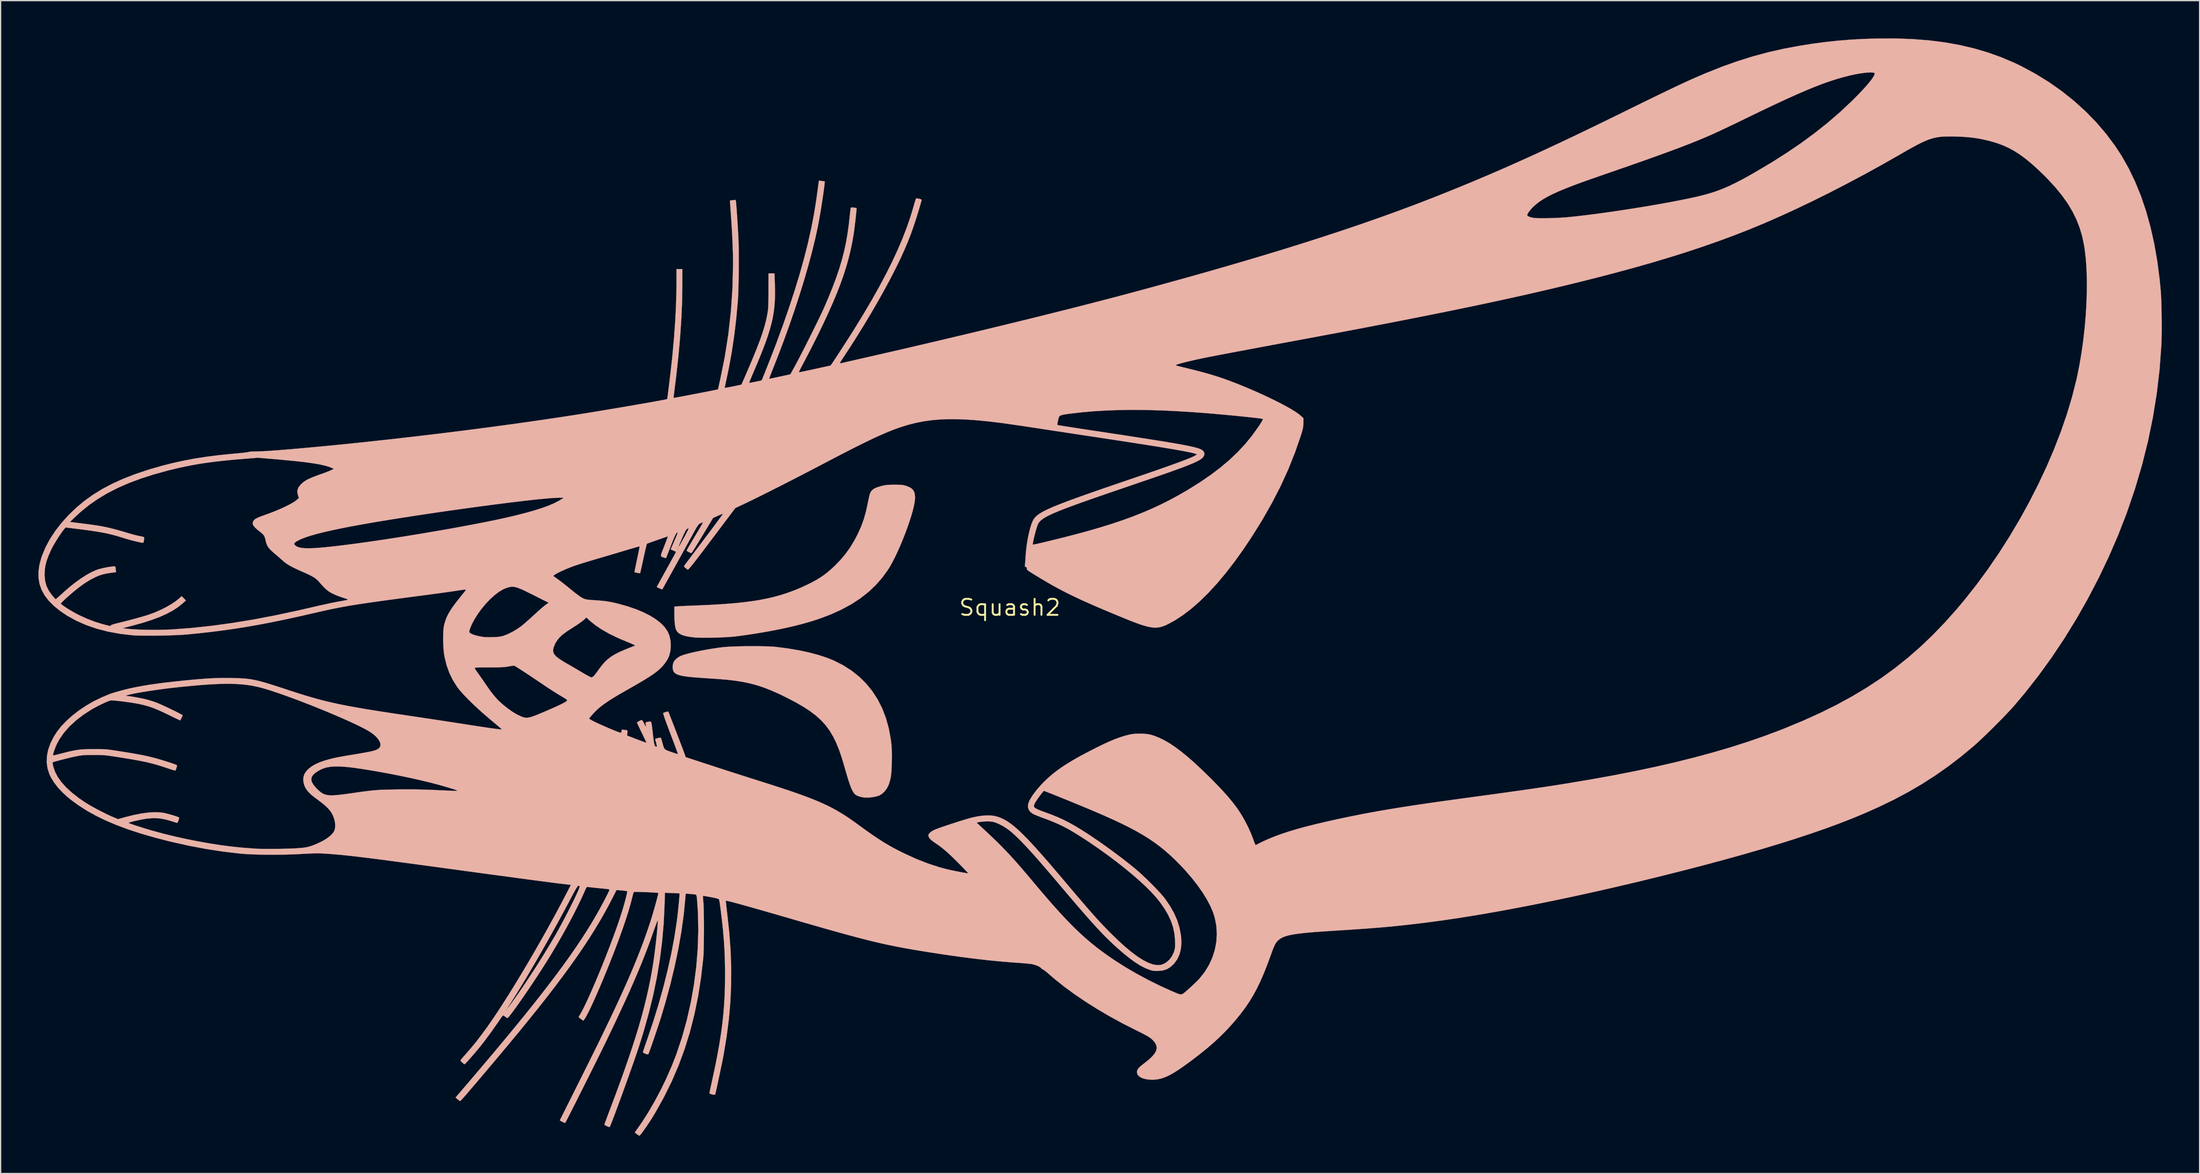
<source format=kicad_pcb>
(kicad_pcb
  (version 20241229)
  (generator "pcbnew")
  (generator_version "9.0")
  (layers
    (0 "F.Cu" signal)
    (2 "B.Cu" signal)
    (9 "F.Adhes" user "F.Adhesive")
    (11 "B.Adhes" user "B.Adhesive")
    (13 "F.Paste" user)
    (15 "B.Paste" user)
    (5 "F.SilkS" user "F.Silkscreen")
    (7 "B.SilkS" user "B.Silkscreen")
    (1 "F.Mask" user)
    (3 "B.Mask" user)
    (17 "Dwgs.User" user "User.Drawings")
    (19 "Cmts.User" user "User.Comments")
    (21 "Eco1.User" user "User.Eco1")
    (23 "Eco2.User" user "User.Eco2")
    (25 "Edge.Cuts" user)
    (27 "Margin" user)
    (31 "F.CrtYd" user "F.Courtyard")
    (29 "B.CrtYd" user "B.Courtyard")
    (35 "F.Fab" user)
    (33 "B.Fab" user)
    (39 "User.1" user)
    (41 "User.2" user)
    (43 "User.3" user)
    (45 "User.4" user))
  (footprint "Squash2"
    (layer "F.Cu")
    (at 77.106 45.206)
    (property "Reference" "Squash2" (at 0 0 0) (layer "F.SilkS") (effects (font (size 1.27 1.27) (thickness 0.15))))
    (attr through_hole)
    (fp_poly (pts (xy -20.098 3.069) (xy -19.68 3.074) (xy -19.295 3.083) (xy -18.959 3.096) (xy -18.687 3.114) (xy -18.584 3.124) (xy -17.623 3.248) (xy -16.726 3.4) (xy -15.897 3.579) (xy -15.14 3.783) (xy -14.458 4.012) (xy -13.966 4.213) (xy -13.231 4.586) (xy -12.557 5.017) (xy -11.945 5.505) (xy -11.396 6.05) (xy -10.91 6.65) (xy -10.488 7.304) (xy -10.13 8.012) (xy -9.838 8.772) (xy -9.612 9.584) (xy -9.452 10.447) (xy -9.414 10.737) (xy -9.388 11.001) (xy -9.371 11.269) (xy -9.362 11.562) (xy -9.362 11.899) (xy -9.368 12.277) (xy -9.38 12.675) (xy -9.397 13.003) (xy -9.422 13.277) (xy -9.457 13.512) (xy -9.503 13.723) (xy -9.564 13.926) (xy -9.641 14.135) (xy -9.642 14.137) (xy -9.773 14.387) (xy -9.95 14.615) (xy -10.156 14.804) (xy -10.372 14.933) (xy -10.436 14.957) (xy -10.777 15.044) (xy -11.139 15.092) (xy -11.483 15.096) (xy -11.62 15.083) (xy -11.857 15.036) (xy -12.071 14.964) (xy -12.238 14.876) (xy -12.296 14.828) (xy -12.379 14.732) (xy -12.46 14.61) (xy -12.541 14.454) (xy -12.625 14.257) (xy -12.716 14.01) (xy -12.816 13.708) (xy -12.928 13.341) (xy -13.055 12.904) (xy -13.124 12.658) (xy -13.335 11.946) (xy -13.553 11.309) (xy -13.785 10.738) (xy -14.038 10.225) (xy -14.318 9.761) (xy -14.632 9.339) (xy -14.988 8.949) (xy -15.391 8.584) (xy -15.85 8.235) (xy -16.371 7.894) (xy -16.961 7.552) (xy -17.627 7.202) (xy -17.646 7.192) (xy -18.301 6.871) (xy -18.911 6.599) (xy -19.491 6.371) (xy -20.057 6.181) (xy -20.626 6.027) (xy -21.214 5.904) (xy -21.837 5.806) (xy -22.512 5.73) (xy -23.22 5.673) (xy -23.521 5.653) (xy -23.861 5.63) (xy -24.198 5.607) (xy -24.496 5.587) (xy -24.532 5.585) (xy -25.023 5.548) (xy -25.436 5.509) (xy -25.779 5.466) (xy -26.056 5.417) (xy -26.277 5.36) (xy -26.446 5.294) (xy -26.572 5.217) (xy -26.66 5.128) (xy -26.716 5.029) (xy -26.76 4.841) (xy -26.761 4.619) (xy -26.718 4.398) (xy -26.713 4.384) (xy -26.631 4.236) (xy -26.488 4.083) (xy -26.308 3.943) (xy -26.127 3.845) (xy -25.917 3.766) (xy -25.635 3.682) (xy -25.293 3.594) (xy -24.904 3.506) (xy -24.481 3.419) (xy -24.035 3.336) (xy -23.579 3.26) (xy -23.126 3.193) (xy -22.754 3.146) (xy -22.506 3.124) (xy -22.19 3.105) (xy -21.82 3.09) (xy -21.412 3.079) (xy -20.979 3.071) (xy -20.536 3.068) (xy -20.098 3.069)) (stroke (width 0.01) (type solid)) (fill yes) (layer "B.SilkS"))
    (fp_poly (pts (xy -8.901 -9.755) (xy -8.702 -9.749) (xy -8.545 -9.736) (xy -8.412 -9.713) (xy -8.28 -9.679) (xy -8.223 -9.661) (xy -7.95 -9.553) (xy -7.752 -9.419) (xy -7.62 -9.247) (xy -7.546 -9.025) (xy -7.522 -8.742) (xy -7.523 -8.7) (xy -7.544 -8.441) (xy -7.603 -8.118) (xy -7.693 -7.741) (xy -7.812 -7.32) (xy -7.956 -6.865) (xy -8.121 -6.386) (xy -8.302 -5.894) (xy -8.497 -5.397) (xy -8.701 -4.908) (xy -8.911 -4.435) (xy -9.123 -3.989) (xy -9.332 -3.581) (xy -9.535 -3.219) (xy -9.682 -2.985) (xy -10.147 -2.347) (xy -10.668 -1.757) (xy -11.249 -1.213) (xy -11.892 -0.711) (xy -12.6 -0.251) (xy -13.377 0.169) (xy -14.224 0.552) (xy -15.145 0.899) (xy -15.727 1.088) (xy -16.472 1.302) (xy -17.291 1.508) (xy -18.175 1.703) (xy -19.115 1.887) (xy -20.1 2.056) (xy -21.12 2.209) (xy -21.717 2.289) (xy -21.999 2.318) (xy -22.34 2.344) (xy -22.724 2.366) (xy -23.133 2.382) (xy -23.551 2.394) (xy -23.96 2.4) (xy -24.343 2.4) (xy -24.684 2.393) (xy -24.965 2.38) (xy -25.068 2.371) (xy -25.474 2.32) (xy -25.804 2.252) (xy -26.064 2.163) (xy -26.262 2.052) (xy -26.405 1.915) (xy -26.436 1.873) (xy -26.505 1.734) (xy -26.557 1.548) (xy -26.594 1.306) (xy -26.617 1) (xy -26.626 0.62) (xy -26.627 0.522) (xy -26.628 -0.077) (xy -26.278 -0.102) (xy -26.141 -0.11) (xy -25.934 -0.121) (xy -25.674 -0.133) (xy -25.376 -0.146) (xy -25.056 -0.159) (xy -24.765 -0.17) (xy -23.79 -0.213) (xy -22.891 -0.264) (xy -22.062 -0.327) (xy -21.296 -0.401) (xy -20.585 -0.489) (xy -19.921 -0.592) (xy -19.298 -0.712) (xy -18.707 -0.85) (xy -18.143 -1.007) (xy -17.597 -1.184) (xy -17.062 -1.384) (xy -16.531 -1.608) (xy -15.996 -1.857) (xy -15.854 -1.927) (xy -15.372 -2.183) (xy -14.945 -2.448) (xy -14.546 -2.74) (xy -14.15 -3.079) (xy -13.92 -3.295) (xy -13.448 -3.78) (xy -13.037 -4.268) (xy -12.671 -4.781) (xy -12.334 -5.34) (xy -12.089 -5.806) (xy -11.816 -6.405) (xy -11.595 -7.009) (xy -11.416 -7.644) (xy -11.302 -8.17) (xy -11.253 -8.416) (xy -11.204 -8.645) (xy -11.159 -8.839) (xy -11.123 -8.98) (xy -11.108 -9.03) (xy -11.033 -9.195) (xy -10.929 -9.329) (xy -10.783 -9.438) (xy -10.584 -9.532) (xy -10.318 -9.619) (xy -10.181 -9.656) (xy -10.005 -9.698) (xy -9.839 -9.727) (xy -9.659 -9.745) (xy -9.443 -9.754) (xy -9.165 -9.757) (xy -9.165 -9.757) (xy -8.901 -9.755)) (stroke (width 0.01) (type solid)) (fill yes) (layer "B.SilkS"))
    (fp_poly (pts (xy 71.675 -45.151) (xy 72.963 -45.049) (xy 74.197 -44.893) (xy 75.382 -44.682) (xy 76.522 -44.415) (xy 77.622 -44.092) (xy 78.685 -43.711) (xy 79.718 -43.272) (xy 80.302 -42.992) (xy 81.419 -42.39) (xy 82.49 -41.727) (xy 83.512 -41.006) (xy 84.479 -40.232) (xy 85.389 -39.409) (xy 86.236 -38.539) (xy 87.016 -37.627) (xy 87.725 -36.677) (xy 88.24 -35.889) (xy 88.808 -34.887) (xy 89.321 -33.821) (xy 89.781 -32.69) (xy 90.186 -31.495) (xy 90.537 -30.235) (xy 90.834 -28.912) (xy 91.077 -27.525) (xy 91.265 -26.074) (xy 91.355 -25.125) (xy 91.376 -24.816) (xy 91.394 -24.439) (xy 91.408 -24.009) (xy 91.419 -23.542) (xy 91.427 -23.054) (xy 91.43 -22.561) (xy 91.43 -22.079) (xy 91.426 -21.625) (xy 91.417 -21.213) (xy 91.404 -20.859) (xy 91.402 -20.828) (xy 91.262 -18.919) (xy 91.038 -17.01) (xy 90.73 -15.105) (xy 90.34 -13.205) (xy 89.866 -11.314) (xy 89.311 -9.434) (xy 88.675 -7.567) (xy 88.625 -7.429) (xy 87.959 -5.72) (xy 87.225 -4.024) (xy 86.427 -2.351) (xy 85.57 -0.706) (xy 84.658 0.901) (xy 83.695 2.465) (xy 82.686 3.978) (xy 81.634 5.432) (xy 80.545 6.819) (xy 79.689 7.832) (xy 79.462 8.084) (xy 79.186 8.379) (xy 78.873 8.707) (xy 78.532 9.055) (xy 78.176 9.413) (xy 77.817 9.769) (xy 77.465 10.112) (xy 77.132 10.43) (xy 76.83 10.712) (xy 76.57 10.947) (xy 76.496 11.011) (xy 75.495 11.842) (xy 74.487 12.616) (xy 73.46 13.338) (xy 72.405 14.015) (xy 71.31 14.655) (xy 70.164 15.265) (xy 68.955 15.85) (xy 67.754 16.383) (xy 66.815 16.772) (xy 65.81 17.163) (xy 64.738 17.556) (xy 63.597 17.953) (xy 62.385 18.354) (xy 61.101 18.759) (xy 59.744 19.169) (xy 58.31 19.584) (xy 56.799 20.006) (xy 55.209 20.434) (xy 53.538 20.869) (xy 51.795 21.309) (xy 50.013 21.745) (xy 48.252 22.161) (xy 46.517 22.558) (xy 44.814 22.933) (xy 43.148 23.285) (xy 41.525 23.614) (xy 39.949 23.918) (xy 38.427 24.197) (xy 36.964 24.448) (xy 35.564 24.672) (xy 34.234 24.867) (xy 33.274 24.995) (xy 32.651 25.073) (xy 32.066 25.144) (xy 31.507 25.208) (xy 30.965 25.267) (xy 30.427 25.322) (xy 29.883 25.373) (xy 29.323 25.422) (xy 28.735 25.469) (xy 28.108 25.516) (xy 27.432 25.563) (xy 26.696 25.612) (xy 25.888 25.663) (xy 25.696 25.675) (xy 25.01 25.719) (xy 24.402 25.763) (xy 23.868 25.805) (xy 23.402 25.849) (xy 22.997 25.894) (xy 22.649 25.942) (xy 22.351 25.993) (xy 22.098 26.049) (xy 21.885 26.11) (xy 21.705 26.177) (xy 21.553 26.252) (xy 21.424 26.335) (xy 21.343 26.399) (xy 21.241 26.494) (xy 21.153 26.6) (xy 21.07 26.728) (xy 20.988 26.892) (xy 20.899 27.104) (xy 20.796 27.377) (xy 20.724 27.576) (xy 20.446 28.338) (xy 20.174 29.028) (xy 19.902 29.656) (xy 19.624 30.234) (xy 19.334 30.773) (xy 19.025 31.283) (xy 18.692 31.777) (xy 18.328 32.265) (xy 17.927 32.758) (xy 17.665 33.062) (xy 17.208 33.563) (xy 16.728 34.048) (xy 16.214 34.527) (xy 15.655 35.01) (xy 15.039 35.507) (xy 14.396 35.999) (xy 13.923 36.346) (xy 13.503 36.639) (xy 13.13 36.883) (xy 12.795 37.08) (xy 12.49 37.234) (xy 12.207 37.35) (xy 11.939 37.431) (xy 11.677 37.481) (xy 11.415 37.504) (xy 11.294 37.507) (xy 10.958 37.488) (xy 10.666 37.432) (xy 10.425 37.343) (xy 10.244 37.224) (xy 10.128 37.081) (xy 10.086 36.916) (xy 10.089 36.857) (xy 10.115 36.751) (xy 10.17 36.649) (xy 10.263 36.538) (xy 10.406 36.408) (xy 10.606 36.247) (xy 10.689 36.184) (xy 11.037 35.905) (xy 11.307 35.649) (xy 11.499 35.412) (xy 11.615 35.191) (xy 11.657 34.979) (xy 11.626 34.774) (xy 11.523 34.57) (xy 11.35 34.363) (xy 11.271 34.288) (xy 11.181 34.212) (xy 11.068 34.132) (xy 10.923 34.043) (xy 10.737 33.939) (xy 10.499 33.815) (xy 10.2 33.665) (xy 9.972 33.552) (xy 8.932 33.024) (xy 7.921 32.471) (xy 6.946 31.898) (xy 6.017 31.313) (xy 5.141 30.719) (xy 4.327 30.123) (xy 3.585 29.53) (xy 3.217 29.214) (xy 3.037 29.058) (xy 2.874 28.924) (xy 2.742 28.821) (xy 2.651 28.759) (xy 2.619 28.745) (xy 2.547 28.712) (xy 2.483 28.642) (xy 2.395 28.563) (xy 2.243 28.481) (xy 2.046 28.404) (xy 1.824 28.34) (xy 1.721 28.318) (xy 1.618 28.304) (xy 1.445 28.286) (xy 1.22 28.265) (xy 0.956 28.244) (xy 0.671 28.223) (xy 0.555 28.215) (xy -0.476 28.136) (xy -1.562 28.033) (xy -2.707 27.904) (xy -3.917 27.749) (xy -5.196 27.568) (xy -6.549 27.359) (xy -6.9 27.302) (xy -7.407 27.219) (xy -7.888 27.137) (xy -8.351 27.054) (xy -8.802 26.97) (xy -9.246 26.882) (xy -9.691 26.79) (xy -10.142 26.691) (xy -10.606 26.584) (xy -11.088 26.468) (xy -11.596 26.34) (xy -12.134 26.2) (xy -12.71 26.046) (xy -13.33 25.877) (xy -14 25.69) (xy -14.726 25.485) (xy -15.514 25.259) (xy -16.371 25.012) (xy -17.293 24.744) (xy -18.142 24.497) (xy -18.911 24.275) (xy -19.602 24.076) (xy -20.217 23.901) (xy -20.756 23.748) (xy -21.221 23.618) (xy -21.613 23.51) (xy -21.935 23.424) (xy -22.187 23.359) (xy -22.371 23.315) (xy -22.488 23.291) (xy -22.539 23.288) (xy -22.541 23.289) (xy -22.541 23.334) (xy -22.531 23.451) (xy -22.513 23.629) (xy -22.488 23.854) (xy -22.457 24.115) (xy -22.437 24.279) (xy -22.274 25.767) (xy -22.167 27.204) (xy -22.116 28.604) (xy -22.122 29.98) (xy -22.185 31.346) (xy -22.305 32.715) (xy -22.482 34.1) (xy -22.718 35.515) (xy -22.736 35.615) (xy -22.77 35.788) (xy -22.815 36.015) (xy -22.87 36.283) (xy -22.932 36.582) (xy -22.998 36.898) (xy -23.067 37.222) (xy -23.134 37.54) (xy -23.199 37.841) (xy -23.258 38.114) (xy -23.31 38.346) (xy -23.35 38.526) (xy -23.378 38.642) (xy -23.388 38.677) (xy -23.435 38.699) (xy -23.531 38.695) (xy -23.648 38.671) (xy -23.757 38.634) (xy -23.831 38.591) (xy -23.847 38.562) (xy -23.836 38.505) (xy -23.809 38.378) (xy -23.769 38.192) (xy -23.718 37.959) (xy -23.659 37.69) (xy -23.605 37.444) (xy -23.395 36.459) (xy -23.213 35.542) (xy -23.058 34.68) (xy -22.929 33.861) (xy -22.823 33.073) (xy -22.74 32.304) (xy -22.679 31.542) (xy -22.637 30.776) (xy -22.613 29.992) (xy -22.606 29.226) (xy -22.611 28.461) (xy -22.628 27.754) (xy -22.658 27.079) (xy -22.701 26.409) (xy -22.756 25.76) (xy -22.783 25.481) (xy -22.815 25.175) (xy -22.851 24.854) (xy -22.888 24.531) (xy -22.927 24.217) (xy -22.964 23.925) (xy -22.999 23.667) (xy -23.029 23.455) (xy -23.054 23.302) (xy -23.072 23.219) (xy -23.074 23.215) (xy -23.097 23.178) (xy -23.146 23.145) (xy -23.232 23.114) (xy -23.368 23.079) (xy -23.568 23.036) (xy -23.723 23.005) (xy -23.94 22.965) (xy -24.126 22.932) (xy -24.266 22.911) (xy -24.345 22.903) (xy -24.357 22.904) (xy -24.36 22.952) (xy -24.355 23.065) (xy -24.342 23.224) (xy -24.33 23.347) (xy -24.316 23.525) (xy -24.304 23.776) (xy -24.295 24.087) (xy -24.288 24.445) (xy -24.284 24.838) (xy -24.281 25.254) (xy -24.281 25.681) (xy -24.284 26.105) (xy -24.288 26.515) (xy -24.295 26.899) (xy -24.303 27.243) (xy -24.315 27.536) (xy -24.328 27.765) (xy -24.333 27.834) (xy -24.51 29.386) (xy -24.744 30.879) (xy -25.038 32.319) (xy -25.393 33.711) (xy -25.811 35.06) (xy -26.293 36.371) (xy -26.842 37.648) (xy -27.458 38.897) (xy -28.143 40.123) (xy -28.351 40.468) (xy -28.487 40.686) (xy -28.636 40.915) (xy -28.791 41.146) (xy -28.944 41.367) (xy -29.086 41.568) (xy -29.211 41.737) (xy -29.31 41.864) (xy -29.376 41.937) (xy -29.398 41.951) (xy -29.463 41.926) (xy -29.527 41.884) (xy -29.631 41.806) (xy -29.695 41.759) (xy -29.747 41.716) (xy -29.751 41.674) (xy -29.705 41.602) (xy -29.687 41.578) (xy -29.175 40.846) (xy -28.668 40.044) (xy -28.174 39.19) (xy -27.701 38.297) (xy -27.258 37.382) (xy -26.854 36.461) (xy -26.495 35.548) (xy -26.468 35.474) (xy -26.023 34.144) (xy -25.641 32.773) (xy -25.324 31.372) (xy -25.073 29.951) (xy -24.889 28.52) (xy -24.774 27.09) (xy -24.729 25.672) (xy -24.755 24.276) (xy -24.835 23.106) (xy -24.856 22.953) (xy -24.885 22.845) (xy -24.913 22.802) (xy -24.976 22.79) (xy -25.102 22.775) (xy -25.267 22.759) (xy -25.347 22.753) (xy -25.73 22.723) (xy -25.759 23.098) (xy -25.882 24.37) (xy -26.064 25.696) (xy -26.304 27.07) (xy -26.599 28.487) (xy -26.949 29.939) (xy -27.353 31.421) (xy -27.671 32.491) (xy -27.74 32.709) (xy -27.824 32.968) (xy -27.919 33.257) (xy -28.022 33.565) (xy -28.129 33.882) (xy -28.236 34.198) (xy -28.341 34.502) (xy -28.438 34.783) (xy -28.526 35.031) (xy -28.599 35.235) (xy -28.655 35.385) (xy -28.69 35.47) (xy -28.698 35.484) (xy -28.751 35.49) (xy -28.85 35.467) (xy -28.964 35.426) (xy -29.064 35.377) (xy -29.121 35.333) (xy -29.125 35.321) (xy -29.112 35.27) (xy -29.074 35.149) (xy -29.015 34.972) (xy -28.939 34.749) (xy -28.85 34.491) (xy -28.77 34.263) (xy -28.305 32.882) (xy -27.879 31.499) (xy -27.495 30.125) (xy -27.156 28.769) (xy -26.864 27.444) (xy -26.623 26.159) (xy -26.434 24.926) (xy -26.418 24.807) (xy -26.394 24.61) (xy -26.367 24.374) (xy -26.339 24.114) (xy -26.311 23.843) (xy -26.285 23.573) (xy -26.261 23.318) (xy -26.241 23.091) (xy -26.226 22.906) (xy -26.217 22.775) (xy -26.216 22.712) (xy -26.217 22.708) (xy -26.26 22.704) (xy -26.372 22.698) (xy -26.537 22.69) (xy -26.74 22.681) (xy -26.801 22.679) (xy -27.376 22.656) (xy -27.404 23.594) (xy -27.473 25.047) (xy -27.595 26.477) (xy -27.772 27.896) (xy -28.006 29.315) (xy -28.299 30.745) (xy -28.653 32.196) (xy -29.069 33.681) (xy -29.444 34.883) (xy -29.529 35.14) (xy -29.633 35.447) (xy -29.754 35.797) (xy -29.888 36.182) (xy -30.033 36.595) (xy -30.187 37.028) (xy -30.347 37.476) (xy -30.51 37.929) (xy -30.673 38.382) (xy -30.835 38.826) (xy -30.992 39.255) (xy -31.141 39.661) (xy -31.281 40.037) (xy -31.408 40.376) (xy -31.52 40.67) (xy -31.613 40.913) (xy -31.687 41.097) (xy -31.737 41.214) (xy -31.761 41.257) (xy -31.814 41.26) (xy -31.909 41.229) (xy -32.019 41.18) (xy -32.117 41.124) (xy -32.175 41.074) (xy -32.181 41.056) (xy -32.163 41.004) (xy -32.119 40.883) (xy -32.052 40.702) (xy -31.967 40.472) (xy -31.865 40.202) (xy -31.753 39.903) (xy -31.687 39.73) (xy -31.269 38.614) (xy -30.886 37.567) (xy -30.535 36.585) (xy -30.215 35.659) (xy -29.924 34.785) (xy -29.659 33.955) (xy -29.42 33.163) (xy -29.205 32.403) (xy -29.01 31.668) (xy -28.835 30.952) (xy -28.678 30.249) (xy -28.536 29.552) (xy -28.408 28.856) (xy -28.346 28.49) (xy -28.297 28.175) (xy -28.246 27.819) (xy -28.195 27.435) (xy -28.145 27.037) (xy -28.097 26.635) (xy -28.054 26.243) (xy -28.015 25.873) (xy -27.984 25.538) (xy -27.96 25.25) (xy -27.946 25.021) (xy -27.942 24.871) (xy -27.956 24.871) (xy -27.993 24.945) (xy -28.051 25.086) (xy -28.126 25.285) (xy -28.217 25.537) (xy -28.295 25.76) (xy -28.513 26.378) (xy -28.742 27) (xy -28.985 27.633) (xy -29.245 28.284) (xy -29.524 28.959) (xy -29.826 29.665) (xy -30.153 30.408) (xy -30.507 31.194) (xy -30.893 32.031) (xy -31.312 32.925) (xy -31.768 33.881) (xy -32.087 34.544) (xy -32.187 34.75) (xy -32.313 35.007) (xy -32.463 35.311) (xy -32.632 35.653) (xy -32.818 36.028) (xy -33.017 36.427) (xy -33.226 36.846) (xy -33.441 37.277) (xy -33.659 37.712) (xy -33.877 38.147) (xy -34.091 38.573) (xy -34.297 38.984) (xy -34.493 39.374) (xy -34.676 39.735) (xy -34.841 40.061) (xy -34.985 40.346) (xy -35.106 40.582) (xy -35.199 40.763) (xy -35.262 40.882) (xy -35.29 40.932) (xy -35.29 40.933) (xy -35.334 40.928) (xy -35.424 40.894) (xy -35.533 40.844) (xy -35.635 40.79) (xy -35.705 40.746) (xy -35.72 40.726) (xy -35.699 40.685) (xy -35.644 40.574) (xy -35.556 40.398) (xy -35.438 40.163) (xy -35.293 39.873) (xy -35.124 39.534) (xy -34.932 39.152) (xy -34.722 38.732) (xy -34.496 38.279) (xy -34.255 37.799) (xy -34.004 37.297) (xy -33.992 37.273) (xy -33.426 36.14) (xy -32.9 35.076) (xy -32.411 34.076) (xy -31.957 33.137) (xy -31.536 32.254) (xy -31.147 31.422) (xy -30.786 30.636) (xy -30.453 29.893) (xy -30.144 29.186) (xy -29.859 28.513) (xy -29.595 27.868) (xy -29.35 27.246) (xy -29.121 26.644) (xy -28.908 26.056) (xy -28.708 25.479) (xy -28.538 24.966) (xy -28.464 24.734) (xy -28.384 24.471) (xy -28.301 24.19) (xy -28.218 23.902) (xy -28.139 23.619) (xy -28.066 23.352) (xy -28.002 23.114) (xy -27.952 22.916) (xy -27.918 22.769) (xy -27.904 22.685) (xy -27.905 22.671) (xy -27.954 22.661) (xy -28.073 22.651) (xy -28.247 22.639) (xy -28.46 22.627) (xy -28.698 22.616) (xy -28.947 22.605) (xy -29.192 22.597) (xy -29.417 22.59) (xy -29.609 22.586) (xy -29.753 22.586) (xy -29.833 22.589) (xy -29.845 22.592) (xy -29.869 22.648) (xy -29.905 22.763) (xy -29.944 22.915) (xy -29.951 22.945) (xy -30.096 23.51) (xy -30.281 24.146) (xy -30.505 24.849) (xy -30.767 25.616) (xy -31.066 26.444) (xy -31.401 27.329) (xy -31.77 28.269) (xy -32.173 29.26) (xy -32.292 29.549) (xy -32.522 30.094) (xy -32.743 30.606) (xy -32.952 31.079) (xy -33.146 31.505) (xy -33.323 31.881) (xy -33.48 32.199) (xy -33.614 32.453) (xy -33.722 32.639) (xy -33.776 32.717) (xy -33.852 32.817) (xy -34.05 32.678) (xy -34.16 32.598) (xy -34.212 32.545) (xy -34.215 32.499) (xy -34.182 32.439) (xy -34.176 32.43) (xy -34.048 32.217) (xy -33.895 31.931) (xy -33.721 31.581) (xy -33.529 31.173) (xy -33.321 30.716) (xy -33.102 30.218) (xy -32.873 29.685) (xy -32.639 29.126) (xy -32.402 28.548) (xy -32.166 27.959) (xy -31.933 27.366) (xy -31.707 26.777) (xy -31.491 26.201) (xy -31.288 25.644) (xy -31.101 25.114) (xy -30.934 24.618) (xy -30.789 24.165) (xy -30.776 24.123) (xy -30.692 23.843) (xy -30.611 23.563) (xy -30.537 23.293) (xy -30.473 23.046) (xy -30.421 22.835) (xy -30.385 22.67) (xy -30.368 22.565) (xy -30.37 22.533) (xy -30.417 22.52) (xy -30.526 22.504) (xy -30.673 22.486) (xy -30.838 22.469) (xy -30.996 22.455) (xy -31.127 22.445) (xy -31.207 22.444) (xy -31.222 22.446) (xy -31.244 22.486) (xy -31.296 22.587) (xy -31.369 22.732) (xy -31.451 22.896) (xy -31.785 23.545) (xy -32.139 24.198) (xy -32.516 24.859) (xy -32.919 25.531) (xy -33.351 26.219) (xy -33.814 26.925) (xy -34.311 27.655) (xy -34.844 28.41) (xy -35.417 29.195) (xy -36.031 30.014) (xy -36.69 30.871) (xy -37.396 31.768) (xy -38.152 32.711) (xy -38.96 33.701) (xy -39.823 34.744) (xy -40.703 35.795) (xy -41.187 36.369) (xy -41.619 36.881) (xy -42.002 37.333) (xy -42.337 37.729) (xy -42.628 38.07) (xy -42.876 38.361) (xy -43.084 38.603) (xy -43.255 38.8) (xy -43.391 38.954) (xy -43.494 39.068) (xy -43.566 39.145) (xy -43.611 39.187) (xy -43.628 39.198) (xy -43.684 39.174) (xy -43.777 39.109) (xy -43.836 39.061) (xy -43.997 38.921) (xy -42.753 37.463) (xy -41.791 36.33) (xy -40.885 35.256) (xy -40.034 34.236) (xy -39.235 33.267) (xy -38.485 32.346) (xy -37.784 31.471) (xy -37.127 30.638) (xy -36.514 29.844) (xy -35.941 29.085) (xy -35.407 28.36) (xy -34.909 27.664) (xy -34.445 26.995) (xy -34.012 26.349) (xy -33.608 25.724) (xy -33.232 25.116) (xy -32.88 24.522) (xy -32.551 23.939) (xy -32.241 23.364) (xy -31.986 22.866) (xy -31.889 22.671) (xy -31.826 22.538) (xy -31.794 22.455) (xy -31.79 22.409) (xy -31.809 22.387) (xy -31.845 22.376) (xy -31.918 22.366) (xy -32.059 22.349) (xy -32.252 22.328) (xy -32.479 22.305) (xy -32.639 22.289) (xy -32.883 22.265) (xy -33.106 22.241) (xy -33.291 22.221) (xy -33.42 22.206) (xy -33.465 22.199) (xy -33.531 22.192) (xy -33.58 22.21) (xy -33.624 22.267) (xy -33.678 22.379) (xy -33.716 22.466) (xy -33.993 23.083) (xy -34.316 23.754) (xy -34.677 24.467) (xy -35.071 25.21) (xy -35.491 25.971) (xy -35.93 26.738) (xy -36.381 27.497) (xy -36.718 28.046) (xy -36.967 28.441) (xy -37.228 28.849) (xy -37.498 29.264) (xy -37.772 29.679) (xy -38.046 30.09) (xy -38.316 30.489) (xy -38.578 30.872) (xy -38.828 31.231) (xy -39.061 31.562) (xy -39.274 31.859) (xy -39.462 32.114) (xy -39.622 32.323) (xy -39.749 32.48) (xy -39.839 32.578) (xy -39.888 32.612) (xy -39.891 32.611) (xy -39.956 32.568) (xy -40.053 32.497) (xy -40.081 32.477) (xy -40.177 32.418) (xy -40.244 32.404) (xy -40.254 32.41) (xy -40.289 32.458) (xy -40.362 32.561) (xy -40.463 32.707) (xy -40.582 32.881) (xy -40.62 32.935) (xy -41.186 33.743) (xy -41.733 34.478) (xy -42.019 34.843) (xy -42.178 35.038) (xy -42.353 35.248) (xy -42.535 35.463) (xy -42.715 35.672) (xy -42.885 35.865) (xy -43.035 36.033) (xy -43.157 36.163) (xy -43.24 36.247) (xy -43.274 36.274) (xy -43.325 36.256) (xy -43.406 36.195) (xy -43.496 36.113) (xy -43.569 36.032) (xy -43.603 35.974) (xy -43.603 35.97) (xy -43.576 35.925) (xy -43.503 35.832) (xy -43.395 35.704) (xy -43.272 35.566) (xy -42.822 35.052) (xy -42.376 34.51) (xy -41.927 33.927) (xy -41.465 33.293) (xy -40.981 32.595) (xy -40.824 32.361) (xy -40.587 32.001) (xy -39.995 32.001) (xy -39.989 32.004) (xy -39.95 31.974) (xy -39.941 31.962) (xy -39.931 31.922) (xy -39.937 31.919) (xy -39.975 31.949) (xy -39.984 31.962) (xy -39.995 32.001) (xy -40.587 32.001) (xy -40.505 31.877) (xy -39.901 31.877) (xy -39.871 31.844) (xy -39.801 31.753) (xy -39.698 31.614) (xy -39.57 31.439) (xy -39.424 31.236) (xy -39.421 31.231) (xy -38.943 30.551) (xy -38.446 29.82) (xy -37.942 29.056) (xy -37.442 28.279) (xy -36.96 27.508) (xy -36.508 26.762) (xy -36.096 26.059) (xy -36.062 25.998) (xy -35.87 25.659) (xy -35.672 25.298) (xy -35.471 24.924) (xy -35.271 24.544) (xy -35.076 24.167) (xy -34.889 23.799) (xy -34.714 23.45) (xy -34.556 23.125) (xy -34.418 22.833) (xy -34.303 22.582) (xy -34.216 22.38) (xy -34.161 22.234) (xy -34.141 22.151) (xy -34.143 22.139) (xy -34.202 22.104) (xy -34.247 22.098) (xy -34.281 22.117) (xy -34.331 22.177) (xy -34.402 22.285) (xy -34.497 22.446) (xy -34.62 22.667) (xy -34.774 22.955) (xy -34.885 23.167) (xy -35.333 24.012) (xy -35.802 24.88) (xy -36.285 25.758) (xy -36.777 26.637) (xy -37.271 27.506) (xy -37.762 28.354) (xy -38.243 29.172) (xy -38.708 29.947) (xy -39.151 30.67) (xy -39.567 31.331) (xy -39.688 31.52) (xy -39.783 31.669) (xy -39.855 31.788) (xy -39.895 31.861) (xy -39.901 31.877) (xy -40.505 31.877) (xy -40.354 31.647) (xy -39.856 30.866) (xy -39.336 30.03) (xy -38.802 29.15) (xy -38.258 28.237) (xy -37.713 27.302) (xy -37.172 26.356) (xy -36.642 25.41) (xy -36.129 24.475) (xy -35.639 23.562) (xy -35.271 22.859) (xy -34.843 22.032) (xy -35.635 21.936) (xy -35.926 21.901) (xy -36.278 21.856) (xy -36.695 21.802) (xy -37.178 21.739) (xy -37.729 21.666) (xy -38.349 21.584) (xy -39.041 21.491) (xy -39.806 21.388) (xy -40.647 21.275) (xy -41.564 21.151) (xy -42.56 21.016) (xy -43.637 20.869) (xy -44.567 20.742) (xy -45.565 20.606) (xy -46.483 20.482) (xy -47.326 20.368) (xy -48.099 20.264) (xy -48.806 20.17) (xy -49.451 20.084) (xy -50.039 20.008) (xy -50.574 19.939) (xy -51.061 19.878) (xy -51.504 19.824) (xy -51.908 19.775) (xy -52.278 19.733) (xy -52.616 19.696) (xy -52.929 19.664) (xy -53.22 19.636) (xy -53.494 19.611) (xy -53.756 19.59) (xy -54.009 19.57) (xy -54.247 19.554) (xy -54.49 19.54) (xy -54.713 19.53) (xy -54.932 19.526) (xy -55.164 19.528) (xy -55.425 19.535) (xy -55.73 19.548) (xy -56.095 19.567) (xy -56.302 19.579) (xy -56.802 19.603) (xy -57.34 19.62) (xy -57.9 19.631) (xy -58.47 19.635) (xy -59.034 19.632) (xy -59.579 19.623) (xy -60.089 19.608) (xy -60.551 19.587) (xy -60.95 19.56) (xy -61.129 19.543) (xy -62.482 19.381) (xy -63.81 19.176) (xy -65.139 18.925) (xy -66.498 18.622) (xy -66.817 18.545) (xy -67.956 18.249) (xy -69.016 17.94) (xy -69.999 17.617) (xy -70.91 17.277) (xy -71.754 16.919) (xy -72.533 16.541) (xy -73.252 16.141) (xy -73.915 15.718) (xy -74.525 15.271) (xy -74.77 15.072) (xy -75.187 14.693) (xy -75.556 14.296) (xy -75.868 13.892) (xy -76.114 13.493) (xy -76.237 13.235) (xy -76.384 12.771) (xy -76.442 12.344) (xy -75.981 12.344) (xy -75.964 12.451) (xy -75.935 12.596) (xy -75.932 12.611) (xy -75.795 13.03) (xy -75.576 13.451) (xy -75.274 13.875) (xy -74.892 14.299) (xy -74.429 14.722) (xy -73.888 15.143) (xy -73.427 15.46) (xy -73.149 15.632) (xy -72.815 15.825) (xy -72.447 16.026) (xy -72.066 16.225) (xy -71.695 16.409) (xy -71.357 16.567) (xy -71.155 16.654) (xy -70.788 16.806) (xy -70.245 16.656) (xy -69.529 16.477) (xy -68.878 16.35) (xy -68.292 16.276) (xy -67.769 16.255) (xy -67.31 16.286) (xy -67.237 16.296) (xy -67.09 16.325) (xy -66.903 16.37) (xy -66.694 16.425) (xy -66.481 16.486) (xy -66.281 16.547) (xy -66.113 16.603) (xy -65.994 16.649) (xy -65.945 16.675) (xy -65.937 16.732) (xy -65.958 16.832) (xy -65.998 16.947) (xy -66.045 17.046) (xy -66.089 17.1) (xy -66.1 17.103) (xy -66.16 17.09) (xy -66.28 17.055) (xy -66.438 17.005) (xy -66.526 16.976) (xy -67.028 16.831) (xy -67.5 16.748) (xy -67.966 16.726) (xy -68.45 16.762) (xy -68.622 16.787) (xy -68.858 16.828) (xy -69.101 16.876) (xy -69.337 16.927) (xy -69.553 16.978) (xy -69.735 17.025) (xy -69.87 17.066) (xy -69.943 17.097) (xy -69.952 17.109) (xy -69.906 17.133) (xy -69.791 17.176) (xy -69.618 17.237) (xy -69.401 17.31) (xy -69.15 17.391) (xy -68.877 17.478) (xy -68.596 17.565) (xy -68.317 17.649) (xy -68.052 17.727) (xy -68.03 17.733) (xy -67.187 17.962) (xy -66.301 18.179) (xy -65.388 18.382) (xy -64.464 18.566) (xy -63.545 18.73) (xy -62.649 18.871) (xy -61.791 18.984) (xy -60.988 19.067) (xy -60.706 19.09) (xy -60.471 19.108) (xy -60.252 19.124) (xy -60.07 19.138) (xy -59.945 19.147) (xy -59.923 19.149) (xy -59.758 19.158) (xy -59.523 19.164) (xy -59.232 19.168) (xy -58.901 19.17) (xy -58.543 19.169) (xy -58.174 19.167) (xy -57.807 19.162) (xy -57.458 19.155) (xy -57.141 19.147) (xy -56.87 19.136) (xy -56.79 19.132) (xy -56.434 19.11) (xy -56.142 19.085) (xy -55.897 19.051) (xy -55.678 19.006) (xy -55.467 18.944) (xy -55.244 18.862) (xy -54.99 18.755) (xy -54.944 18.735) (xy -54.537 18.536) (xy -54.194 18.327) (xy -53.919 18.112) (xy -53.719 17.895) (xy -53.607 17.704) (xy -53.557 17.498) (xy -53.549 17.246) (xy -53.584 16.971) (xy -53.65 16.727) (xy -53.736 16.51) (xy -53.84 16.312) (xy -53.97 16.123) (xy -54.136 15.933) (xy -54.346 15.734) (xy -54.608 15.516) (xy -54.931 15.27) (xy -55.115 15.136) (xy -55.452 14.87) (xy -55.71 14.612) (xy -55.897 14.354) (xy -56.017 14.088) (xy -56.077 13.807) (xy -56.081 13.757) (xy -56.078 13.641) (xy -55.449 13.641) (xy -55.409 13.838) (xy -55.291 14.054) (xy -55.095 14.294) (xy -54.995 14.398) (xy -54.84 14.547) (xy -54.695 14.669) (xy -54.55 14.766) (xy -54.396 14.838) (xy -54.224 14.886) (xy -54.025 14.913) (xy -53.789 14.918) (xy -53.507 14.904) (xy -53.171 14.871) (xy -52.77 14.821) (xy -52.296 14.755) (xy -52.261 14.75) (xy -51.794 14.683) (xy -51.396 14.627) (xy -51.052 14.582) (xy -50.747 14.546) (xy -50.467 14.518) (xy -50.196 14.496) (xy -49.92 14.48) (xy -49.625 14.468) (xy -49.294 14.46) (xy -48.913 14.453) (xy -48.556 14.448) (xy -47.803 14.443) (xy -47.106 14.447) (xy -46.437 14.462) (xy -45.769 14.487) (xy -45.593 14.495) (xy -45.249 14.512) (xy -44.924 14.527) (xy -44.629 14.539) (xy -44.376 14.549) (xy -44.177 14.556) (xy -44.044 14.56) (xy -44.005 14.56) (xy -43.922 14.558) (xy -43.871 14.552) (xy -43.861 14.539) (xy -43.898 14.517) (xy -43.989 14.483) (xy -44.139 14.434) (xy -44.357 14.366) (xy -44.648 14.277) (xy -44.697 14.263) (xy -45.32 14.084) (xy -46.017 13.901) (xy -46.777 13.718) (xy -47.589 13.535) (xy -48.442 13.357) (xy -49.325 13.184) (xy -50.227 13.02) (xy -50.715 12.936) (xy -51.367 12.831) (xy -51.944 12.746) (xy -52.452 12.683) (xy -52.9 12.642) (xy -53.294 12.623) (xy -53.64 12.626) (xy -53.947 12.652) (xy -54.22 12.701) (xy -54.468 12.773) (xy -54.697 12.869) (xy -54.913 12.989) (xy -55.109 13.121) (xy -55.299 13.288) (xy -55.412 13.46) (xy -55.449 13.641) (xy -56.078 13.641) (xy -56.072 13.478) (xy -55.996 13.23) (xy -55.847 13) (xy -55.677 12.823) (xy -55.43 12.628) (xy -55.133 12.451) (xy -54.78 12.291) (xy -54.538 12.206) (xy -52.268 12.206) (xy -52.262 12.231) (xy -52.239 12.234) (xy -52.204 12.219) (xy -52.211 12.206) (xy -52.261 12.201) (xy -52.268 12.206) (xy -54.538 12.206) (xy -54.365 12.145) (xy -53.884 12.012) (xy -53.33 11.889) (xy -52.698 11.775) (xy -52.642 11.766) (xy -52.131 11.682) (xy -51.696 11.61) (xy -51.332 11.547) (xy -51.03 11.491) (xy -50.783 11.442) (xy -50.585 11.396) (xy -50.429 11.354) (xy -50.306 11.312) (xy -50.212 11.269) (xy -50.137 11.224) (xy -50.076 11.175) (xy -50.051 11.151) (xy -49.967 11.012) (xy -49.955 10.845) (xy -50.013 10.657) (xy -50.135 10.455) (xy -50.317 10.247) (xy -50.557 10.038) (xy -50.758 9.896) (xy -50.995 9.752) (xy -51.305 9.585) (xy -51.679 9.397) (xy -52.109 9.192) (xy -52.587 8.973) (xy -53.106 8.743) (xy -53.656 8.506) (xy -54.23 8.265) (xy -54.323 8.227) (xy -53.072 8.227) (xy -53.066 8.252) (xy -53.044 8.255) (xy -53.009 8.24) (xy -53.015 8.227) (xy -53.066 8.222) (xy -53.072 8.227) (xy -54.323 8.227) (xy -54.409 8.191) (xy -53.171 8.191) (xy -53.15 8.213) (xy -53.128 8.191) (xy -53.15 8.17) (xy -53.171 8.191) (xy -54.409 8.191) (xy -54.821 8.022) (xy -55.419 7.782) (xy -56.018 7.548) (xy -56.608 7.323) (xy -57.183 7.11) (xy -57.733 6.912) (xy -58.251 6.734) (xy -58.729 6.577) (xy -59.159 6.446) (xy -59.267 6.415) (xy -59.654 6.314) (xy -60.046 6.23) (xy -60.45 6.162) (xy -60.871 6.112) (xy -61.318 6.078) (xy -61.797 6.06) (xy -62.315 6.059) (xy -62.879 6.075) (xy -63.496 6.107) (xy -64.173 6.155) (xy -64.917 6.219) (xy -65.735 6.299) (xy -66.04 6.331) (xy -66.52 6.385) (xy -67.007 6.444) (xy -67.49 6.508) (xy -67.962 6.575) (xy -68.411 6.642) (xy -68.83 6.71) (xy -69.209 6.776) (xy -69.539 6.839) (xy -69.81 6.897) (xy -70.012 6.949) (xy -70.113 6.983) (xy -70.175 7.011) (xy -70.163 7.022) (xy -70.088 7.025) (xy -69.963 7.035) (xy -69.775 7.061) (xy -69.544 7.098) (xy -69.288 7.143) (xy -69.027 7.192) (xy -68.781 7.243) (xy -68.569 7.291) (xy -68.502 7.308) (xy -68.268 7.374) (xy -68.007 7.457) (xy -67.77 7.54) (xy -67.731 7.555) (xy -67.574 7.619) (xy -67.376 7.706) (xy -67.148 7.809) (xy -66.902 7.924) (xy -66.649 8.044) (xy -66.402 8.164) (xy -66.172 8.277) (xy -65.971 8.379) (xy -65.811 8.464) (xy -65.703 8.525) (xy -65.659 8.558) (xy -65.659 8.56) (xy -65.676 8.611) (xy -65.718 8.708) (xy -65.77 8.819) (xy -65.819 8.915) (xy -65.849 8.965) (xy -65.888 8.95) (xy -65.992 8.903) (xy -66.152 8.828) (xy -66.356 8.729) (xy -66.595 8.613) (xy -66.798 8.514) (xy -67.252 8.296) (xy -67.651 8.118) (xy -68.014 7.973) (xy -68.357 7.855) (xy -68.697 7.758) (xy -69.052 7.676) (xy -69.201 7.646) (xy -69.448 7.602) (xy -69.726 7.557) (xy -70.021 7.514) (xy -70.319 7.473) (xy -70.606 7.438) (xy -70.868 7.409) (xy -71.092 7.389) (xy -71.262 7.378) (xy -71.366 7.38) (xy -71.376 7.381) (xy -71.501 7.419) (xy -71.683 7.491) (xy -71.906 7.589) (xy -72.153 7.707) (xy -72.41 7.835) (xy -72.658 7.966) (xy -72.883 8.093) (xy -72.913 8.111) (xy -73.559 8.532) (xy -74.137 8.978) (xy -74.642 9.447) (xy -75.072 9.934) (xy -75.424 10.437) (xy -75.629 10.813) (xy -75.715 11.002) (xy -75.795 11.2) (xy -75.863 11.39) (xy -75.914 11.555) (xy -75.943 11.678) (xy -75.943 11.743) (xy -75.941 11.746) (xy -75.895 11.743) (xy -75.783 11.72) (xy -75.621 11.682) (xy -75.424 11.632) (xy -75.373 11.619) (xy -74.963 11.511) (xy -74.616 11.426) (xy -74.315 11.361) (xy -74.041 11.313) (xy -73.776 11.28) (xy -73.502 11.259) (xy -73.202 11.247) (xy -72.858 11.243) (xy -72.729 11.243) (xy -72.445 11.243) (xy -72.21 11.244) (xy -72.009 11.249) (xy -71.825 11.258) (xy -71.643 11.273) (xy -71.448 11.296) (xy -71.222 11.327) (xy -70.951 11.368) (xy -70.619 11.42) (xy -70.464 11.445) (xy -69.954 11.527) (xy -69.515 11.601) (xy -69.134 11.67) (xy -68.798 11.734) (xy -68.495 11.799) (xy -68.211 11.865) (xy -67.935 11.935) (xy -67.652 12.014) (xy -67.543 12.045) (xy -67.249 12.132) (xy -66.965 12.22) (xy -66.703 12.304) (xy -66.474 12.382) (xy -66.291 12.448) (xy -66.166 12.498) (xy -66.114 12.526) (xy -66.108 12.58) (xy -66.128 12.678) (xy -66.163 12.793) (xy -66.205 12.893) (xy -66.243 12.95) (xy -66.252 12.954) (xy -66.302 12.941) (xy -66.418 12.906) (xy -66.588 12.853) (xy -66.796 12.785) (xy -66.986 12.723) (xy -67.325 12.612) (xy -67.637 12.516) (xy -67.935 12.43) (xy -68.23 12.353) (xy -68.536 12.28) (xy -68.865 12.211) (xy -69.229 12.141) (xy -69.641 12.068) (xy -70.114 11.989) (xy -70.591 11.912) (xy -70.957 11.854) (xy -71.256 11.808) (xy -71.501 11.773) (xy -71.709 11.748) (xy -71.895 11.73) (xy -72.075 11.719) (xy -72.263 11.713) (xy -72.476 11.71) (xy -72.728 11.71) (xy -72.729 11.71) (xy -73.04 11.711) (xy -73.286 11.716) (xy -73.486 11.725) (xy -73.661 11.74) (xy -73.831 11.764) (xy -74.014 11.797) (xy -74.147 11.824) (xy -74.337 11.865) (xy -74.563 11.917) (xy -74.81 11.977) (xy -75.065 12.04) (xy -75.313 12.104) (xy -75.542 12.165) (xy -75.736 12.218) (xy -75.882 12.261) (xy -75.966 12.289) (xy -75.98 12.297) (xy -75.981 12.344) (xy -76.442 12.344) (xy -76.449 12.292) (xy -76.432 11.8) (xy -76.332 11.297) (xy -76.151 10.785) (xy -75.889 10.267) (xy -75.641 9.876) (xy -75.3 9.439) (xy -74.885 9.003) (xy -74.41 8.578) (xy -73.885 8.171) (xy -73.322 7.793) (xy -72.732 7.452) (xy -72.128 7.156) (xy -71.882 7.051) (xy -71.73 6.989) (xy -71.6 6.934) (xy -71.522 6.9) (xy -71.393 6.85) (xy -71.198 6.786) (xy -70.954 6.712) (xy -70.678 6.634) (xy -70.387 6.555) (xy -70.097 6.482) (xy -69.826 6.418) (xy -69.811 6.415) (xy -69.337 6.315) (xy -68.837 6.222) (xy -68.301 6.133) (xy -67.721 6.049) (xy -67.086 5.967) (xy -66.388 5.886) (xy -65.617 5.805) (xy -65.384 5.782) (xy -64.767 5.723) (xy -64.22 5.677) (xy -63.727 5.641) (xy -63.273 5.616) (xy -62.843 5.6) (xy -62.423 5.593) (xy -61.998 5.595) (xy -61.726 5.599) (xy -61.375 5.608) (xy -61.062 5.62) (xy -60.776 5.638) (xy -60.507 5.663) (xy -60.246 5.698) (xy -59.982 5.745) (xy -59.704 5.807) (xy -59.402 5.884) (xy -59.065 5.98) (xy -58.685 6.096) (xy -58.249 6.235) (xy -57.748 6.398) (xy -57.51 6.477) (xy -56.98 6.651) (xy -56.484 6.81) (xy -56.014 6.957) (xy -55.563 7.092) (xy -55.124 7.217) (xy -54.69 7.334) (xy -54.254 7.445) (xy -53.809 7.55) (xy -53.348 7.652) (xy -52.864 7.751) (xy -52.349 7.85) (xy -51.797 7.949) (xy -51.2 8.051) (xy -50.551 8.158) (xy -49.844 8.269) (xy -49.071 8.388) (xy -48.226 8.515) (xy -47.706 8.592) (xy -47.175 8.671) (xy -46.608 8.756) (xy -46.023 8.844) (xy -45.435 8.933) (xy -44.86 9.02) (xy -44.316 9.104) (xy -43.817 9.181) (xy -43.382 9.249) (xy -43.265 9.267) (xy -42.7 9.355) (xy -42.185 9.434) (xy -41.723 9.504) (xy -41.319 9.563) (xy -40.977 9.611) (xy -40.702 9.648) (xy -40.498 9.672) (xy -40.368 9.684) (xy -40.318 9.683) (xy -40.318 9.683) (xy -40.346 9.654) (xy -40.432 9.578) (xy -40.567 9.462) (xy -40.742 9.312) (xy -40.951 9.135) (xy -41.186 8.939) (xy -41.245 8.889) (xy -41.679 8.52) (xy -42.099 8.146) (xy -42.499 7.777) (xy -42.869 7.419) (xy -43.202 7.081) (xy -43.489 6.771) (xy -43.723 6.497) (xy -43.867 6.308) (xy -44.213 5.76) (xy -44.491 5.191) (xy -44.62 4.829) (xy -42.465 4.829) (xy -42.44 4.889) (xy -42.376 4.988) (xy -42.269 5.139) (xy -42.249 5.167) (xy -42.134 5.328) (xy -41.986 5.538) (xy -41.822 5.775) (xy -41.656 6.016) (xy -41.573 6.138) (xy -41.294 6.537) (xy -41.04 6.874) (xy -40.8 7.161) (xy -40.562 7.412) (xy -40.314 7.641) (xy -40.22 7.721) (xy -39.831 8.031) (xy -39.479 8.28) (xy -39.151 8.477) (xy -38.836 8.63) (xy -38.756 8.663) (xy -38.618 8.713) (xy -38.489 8.744) (xy -38.359 8.755) (xy -38.216 8.742) (xy -38.049 8.704) (xy -37.845 8.639) (xy -37.593 8.544) (xy -37.281 8.417) (xy -37.105 8.343) (xy -36.635 8.143) (xy -36.222 7.961) (xy -35.872 7.802) (xy -35.587 7.666) (xy -35.372 7.554) (xy -35.229 7.469) (xy -35.17 7.422) (xy -35.146 7.39) (xy -35.143 7.359) (xy -35.169 7.322) (xy -35.235 7.269) (xy -35.348 7.195) (xy -35.519 7.091) (xy -35.687 6.991) (xy -35.951 6.831) (xy -36.249 6.644) (xy -36.546 6.453) (xy -36.809 6.279) (xy -36.839 6.259) (xy -37.272 5.965) (xy -37.679 5.691) (xy -38.054 5.441) (xy -38.391 5.217) (xy -38.687 5.024) (xy -38.935 4.864) (xy -39.13 4.74) (xy -39.268 4.657) (xy -39.343 4.617) (xy -39.354 4.614) (xy -39.419 4.621) (xy -39.547 4.64) (xy -39.715 4.668) (xy -39.826 4.687) (xy -39.988 4.712) (xy -40.163 4.73) (xy -40.364 4.743) (xy -40.606 4.75) (xy -40.904 4.754) (xy -41.271 4.753) (xy -41.288 4.753) (xy -41.582 4.752) (xy -41.851 4.754) (xy -42.083 4.758) (xy -42.264 4.764) (xy -42.383 4.771) (xy -42.423 4.777) (xy -42.457 4.797) (xy -42.465 4.829) (xy -44.62 4.829) (xy -44.708 4.585) (xy -44.869 3.926) (xy -44.883 3.857) (xy -44.923 3.585) (xy -44.933 3.485) (xy -36.249 3.485) (xy -36.209 3.625) (xy -36.123 3.763) (xy -35.984 3.906) (xy -35.787 4.06) (xy -35.525 4.233) (xy -35.193 4.431) (xy -35.095 4.487) (xy -34.824 4.643) (xy -34.53 4.814) (xy -34.24 4.985) (xy -33.981 5.138) (xy -33.852 5.216) (xy -33.655 5.332) (xy -33.476 5.43) (xy -33.331 5.502) (xy -33.236 5.541) (xy -33.214 5.546) (xy -33.124 5.516) (xy -33.026 5.443) (xy -33.013 5.429) (xy -32.946 5.349) (xy -32.845 5.217) (xy -32.724 5.053) (xy -32.607 4.889) (xy -32.38 4.588) (xy -32.151 4.327) (xy -31.908 4.099) (xy -31.638 3.895) (xy -31.329 3.706) (xy -30.968 3.523) (xy -30.544 3.338) (xy -30.271 3.229) (xy -30.08 3.154) (xy -29.918 3.089) (xy -29.801 3.041) (xy -29.745 3.017) (xy -29.744 3.016) (xy -29.769 2.994) (xy -29.859 2.947) (xy -30.004 2.882) (xy -30.191 2.803) (xy -30.316 2.753) (xy -31.078 2.432) (xy -31.756 2.104) (xy -32.353 1.769) (xy -32.87 1.426) (xy -33.309 1.073) (xy -33.431 0.961) (xy -33.609 0.79) (xy -33.802 0.968) (xy -33.917 1.064) (xy -34.081 1.187) (xy -34.27 1.32) (xy -34.428 1.425) (xy -34.633 1.557) (xy -34.848 1.696) (xy -35.042 1.821) (xy -35.155 1.895) (xy -35.535 2.176) (xy -35.835 2.477) (xy -36.057 2.8) (xy -36.205 3.149) (xy -36.212 3.171) (xy -36.248 3.336) (xy -36.249 3.485) (xy -44.933 3.485) (xy -44.953 3.265) (xy -44.973 2.918) (xy -44.982 2.56) (xy -44.98 2.211) (xy -44.969 1.936) (xy -42.906 1.936) (xy -42.901 1.963) (xy -42.837 2.031) (xy -42.704 2.105) (xy -42.516 2.176) (xy -42.287 2.24) (xy -42.206 2.259) (xy -42.009 2.3) (xy -41.852 2.328) (xy -41.712 2.346) (xy -41.566 2.354) (xy -41.39 2.356) (xy -41.16 2.353) (xy -41.063 2.351) (xy -40.789 2.341) (xy -40.575 2.325) (xy -40.4 2.298) (xy -40.241 2.259) (xy -40.196 2.245) (xy -39.883 2.126) (xy -39.54 1.96) (xy -39.195 1.763) (xy -38.877 1.551) (xy -38.84 1.523) (xy -38.708 1.419) (xy -38.53 1.269) (xy -38.321 1.088) (xy -38.097 0.889) (xy -37.873 0.684) (xy -37.837 0.651) (xy -37.512 0.353) (xy -37.241 0.111) (xy -37.015 -0.08) (xy -36.83 -0.227) (xy -36.679 -0.334) (xy -36.666 -0.342) (xy -36.62 -0.381) (xy -36.649 -0.407) (xy -36.661 -0.411) (xy -36.714 -0.437) (xy -36.832 -0.495) (xy -37.005 -0.581) (xy -37.223 -0.69) (xy -37.474 -0.816) (xy -37.748 -0.955) (xy -37.761 -0.962) (xy -38.153 -1.158) (xy -38.479 -1.318) (xy -38.75 -1.442) (xy -38.975 -1.536) (xy -39.164 -1.6) (xy -39.326 -1.637) (xy -39.471 -1.651) (xy -39.608 -1.644) (xy -39.747 -1.618) (xy -39.898 -1.577) (xy -39.926 -1.568) (xy -40.231 -1.44) (xy -40.558 -1.242) (xy -40.899 -0.983) (xy -41.244 -0.671) (xy -41.584 -0.315) (xy -41.912 0.076) (xy -42.217 0.493) (xy -42.492 0.929) (xy -42.515 0.969) (xy -42.646 1.213) (xy -42.756 1.446) (xy -42.84 1.653) (xy -42.892 1.821) (xy -42.906 1.936) (xy -44.969 1.936) (xy -44.967 1.889) (xy -44.943 1.611) (xy -44.907 1.398) (xy -44.903 1.382) (xy -44.821 1.094) (xy -44.722 0.823) (xy -44.598 0.557) (xy -44.443 0.283) (xy -44.249 -0.012) (xy -44.009 -0.34) (xy -43.716 -0.715) (xy -43.708 -0.724) (xy -43.555 -0.914) (xy -43.419 -1.084) (xy -43.31 -1.22) (xy -43.236 -1.312) (xy -43.21 -1.345) (xy -43.185 -1.404) (xy -43.192 -1.423) (xy -43.239 -1.424) (xy -43.356 -1.413) (xy -43.527 -1.392) (xy -43.737 -1.361) (xy -43.886 -1.338) (xy -44.085 -1.307) (xy -44.354 -1.268) (xy -44.678 -1.221) (xy -45.042 -1.17) (xy -45.43 -1.117) (xy -45.83 -1.063) (xy -46.186 -1.016) (xy -47.06 -0.901) (xy -47.856 -0.796) (xy -48.58 -0.699) (xy -49.237 -0.611) (xy -49.834 -0.529) (xy -50.376 -0.454) (xy -50.87 -0.383) (xy -51.32 -0.317) (xy -51.734 -0.254) (xy -52.116 -0.193) (xy -52.472 -0.134) (xy -52.81 -0.074) (xy -53.133 -0.014) (xy -53.449 0.047) (xy -53.763 0.111) (xy -54.081 0.178) (xy -54.408 0.25) (xy -54.752 0.327) (xy -55.116 0.411) (xy -55.372 0.47) (xy -56.519 0.731) (xy -57.599 0.965) (xy -58.623 1.175) (xy -59.604 1.363) (xy -60.555 1.53) (xy -61.488 1.679) (xy -62.415 1.812) (xy -63.348 1.932) (xy -64.3 2.039) (xy -65.282 2.136) (xy -65.32 2.14) (xy -65.62 2.163) (xy -65.981 2.183) (xy -66.387 2.201) (xy -66.825 2.215) (xy -67.28 2.226) (xy -67.739 2.233) (xy -68.186 2.237) (xy -68.609 2.236) (xy -68.991 2.231) (xy -69.321 2.222) (xy -69.582 2.208) (xy -69.617 2.205) (xy -70.616 2.091) (xy -71.566 1.917) (xy -72.465 1.685) (xy -73.31 1.395) (xy -74.097 1.049) (xy -74.824 0.648) (xy -75.396 0.262) (xy -75.885 -0.135) (xy -76.29 -0.544) (xy -76.614 -0.967) (xy -76.855 -1.407) (xy -77.017 -1.866) (xy -77.098 -2.348) (xy -77.1 -2.586) (xy -76.617 -2.586) (xy -76.614 -2.49) (xy -76.566 -2.07) (xy -76.456 -1.688) (xy -76.278 -1.329) (xy -76.025 -0.977) (xy -75.932 -0.868) (xy -75.743 -0.656) (xy -75.636 -0.741) (xy -75.567 -0.8) (xy -75.449 -0.903) (xy -75.299 -1.038) (xy -75.131 -1.19) (xy -75.077 -1.24) (xy -74.633 -1.627) (xy -74.182 -1.986) (xy -73.735 -2.307) (xy -73.303 -2.584) (xy -72.899 -2.808) (xy -72.532 -2.973) (xy -72.512 -2.98) (xy -72.326 -3.042) (xy -72.112 -3.101) (xy -71.882 -3.154) (xy -71.652 -3.2) (xy -71.435 -3.235) (xy -71.247 -3.258) (xy -71.102 -3.266) (xy -71.013 -3.256) (xy -70.993 -3.237) (xy -70.988 -3.167) (xy -70.974 -3.049) (xy -70.967 -2.999) (xy -70.941 -2.81) (xy -71.338 -2.758) (xy -71.683 -2.705) (xy -71.974 -2.641) (xy -72.241 -2.557) (xy -72.515 -2.446) (xy -72.627 -2.394) (xy -73.022 -2.188) (xy -73.433 -1.93) (xy -73.868 -1.618) (xy -74.333 -1.244) (xy -74.836 -0.805) (xy -74.884 -0.761) (xy -75.043 -0.614) (xy -75.177 -0.484) (xy -75.274 -0.384) (xy -75.323 -0.325) (xy -75.327 -0.316) (xy -75.29 -0.266) (xy -75.19 -0.184) (xy -75.039 -0.076) (xy -74.848 0.05) (xy -74.629 0.185) (xy -74.394 0.324) (xy -74.154 0.458) (xy -73.922 0.581) (xy -73.85 0.616) (xy -73.245 0.891) (xy -72.625 1.128) (xy -72.023 1.316) (xy -71.863 1.358) (xy -71.695 1.4) (xy -71.553 1.437) (xy -71.461 1.462) (xy -71.448 1.465) (xy -71.385 1.46) (xy -71.374 1.43) (xy -71.337 1.396) (xy -71.226 1.352) (xy -71.037 1.295) (xy -70.767 1.226) (xy -70.707 1.211) (xy -70.201 1.086) (xy -69.712 0.959) (xy -69.254 0.835) (xy -68.841 0.718) (xy -68.485 0.61) (xy -68.241 0.529) (xy -67.798 0.361) (xy -67.356 0.164) (xy -66.932 -0.052) (xy -66.543 -0.279) (xy -66.203 -0.507) (xy -65.93 -0.728) (xy -65.923 -0.734) (xy -65.739 -0.904) (xy -65.399 -0.564) (xy -65.638 -0.346) (xy -66.005 -0.047) (xy -66.435 0.235) (xy -66.93 0.501) (xy -67.494 0.753) (xy -68.132 0.992) (xy -68.847 1.22) (xy -69.617 1.433) (xy -70.421 1.64) (xy -70.179 1.672) (xy -69.842 1.707) (xy -69.436 1.735) (xy -68.979 1.755) (xy -68.488 1.768) (xy -67.977 1.773) (xy -67.465 1.77) (xy -66.967 1.758) (xy -66.501 1.738) (xy -66.442 1.734) (xy -64.916 1.619) (xy -63.338 1.449) (xy -61.706 1.225) (xy -60.018 0.947) (xy -58.271 0.614) (xy -56.463 0.226) (xy -56.028 0.126) (xy -55.515 0.008) (xy -55.074 -0.094) (xy -54.696 -0.179) (xy -54.372 -0.252) (xy -54.091 -0.313) (xy -53.843 -0.365) (xy -53.62 -0.41) (xy -53.411 -0.451) (xy -53.207 -0.488) (xy -53.107 -0.506) (xy -52.905 -0.543) (xy -52.73 -0.577) (xy -52.6 -0.603) (xy -52.536 -0.62) (xy -52.547 -0.64) (xy -52.626 -0.677) (xy -52.759 -0.725) (xy -52.895 -0.768) (xy -53.135 -0.848) (xy -53.402 -0.949) (xy -53.649 -1.054) (xy -53.715 -1.085) (xy -53.919 -1.192) (xy -54.099 -1.307) (xy -54.272 -1.446) (xy -54.453 -1.619) (xy -54.657 -1.841) (xy -54.813 -2.02) (xy -54.948 -2.166) (xy -55.096 -2.295) (xy -55.271 -2.415) (xy -55.444 -2.512) (xy -36.246 -2.512) (xy -35.829 -2.212) (xy -35.653 -2.081) (xy -35.434 -1.912) (xy -35.193 -1.721) (xy -34.951 -1.526) (xy -34.798 -1.399) (xy -34.585 -1.226) (xy -34.373 -1.063) (xy -34.18 -0.921) (xy -34.021 -0.814) (xy -33.924 -0.758) (xy -33.815 -0.706) (xy -33.715 -0.669) (xy -33.604 -0.642) (xy -33.465 -0.622) (xy -33.278 -0.605) (xy -33.035 -0.589) (xy -32.633 -0.562) (xy -32.292 -0.53) (xy -31.989 -0.492) (xy -31.698 -0.443) (xy -31.398 -0.38) (xy -31.064 -0.299) (xy -31.052 -0.296) (xy -30.332 -0.093) (xy -29.673 0.133) (xy -29.079 0.381) (xy -28.552 0.648) (xy -28.095 0.934) (xy -27.711 1.235) (xy -27.402 1.552) (xy -27.173 1.881) (xy -27.033 2.193) (xy -26.939 2.595) (xy -26.909 3.019) (xy -26.943 3.439) (xy -27.039 3.831) (xy -27.055 3.876) (xy -27.174 4.123) (xy -27.347 4.389) (xy -27.555 4.65) (xy -27.781 4.88) (xy -27.838 4.93) (xy -27.985 5.052) (xy -28.138 5.171) (xy -28.305 5.292) (xy -28.492 5.42) (xy -28.708 5.56) (xy -28.96 5.716) (xy -29.256 5.893) (xy -29.602 6.095) (xy -30.006 6.328) (xy -30.476 6.596) (xy -30.557 6.642) (xy -31.058 6.931) (xy -31.49 7.191) (xy -31.863 7.427) (xy -32.184 7.648) (xy -32.461 7.857) (xy -32.704 8.062) (xy -32.921 8.269) (xy -33.119 8.483) (xy -33.162 8.532) (xy -33.405 8.816) (xy -33.251 8.921) (xy -33.153 8.978) (xy -32.995 9.058) (xy -32.79 9.156) (xy -32.551 9.267) (xy -32.289 9.384) (xy -32.018 9.503) (xy -31.749 9.618) (xy -31.495 9.724) (xy -31.269 9.816) (xy -31.083 9.887) (xy -30.95 9.933) (xy -30.883 9.948) (xy -30.833 9.914) (xy -30.819 9.816) (xy -30.814 9.73) (xy -30.782 9.698) (xy -30.699 9.703) (xy -30.66 9.709) (xy -30.533 9.727) (xy -30.433 9.736) (xy -30.423 9.736) (xy -30.378 9.748) (xy -30.357 9.795) (xy -30.356 9.898) (xy -30.36 9.954) (xy -30.374 10.171) (xy -29.615 10.461) (xy -29.379 10.55) (xy -29.172 10.628) (xy -29.006 10.688) (xy -28.893 10.728) (xy -28.846 10.741) (xy -28.846 10.741) (xy -28.861 10.702) (xy -28.907 10.598) (xy -28.98 10.441) (xy -29.074 10.242) (xy -29.184 10.013) (xy -29.214 9.953) (xy -29.328 9.716) (xy -29.428 9.504) (xy -29.509 9.331) (xy -29.564 9.206) (xy -29.59 9.143) (xy -29.591 9.139) (xy -29.557 9.101) (xy -29.473 9.046) (xy -29.368 8.99) (xy -29.27 8.947) (xy -29.212 8.932) (xy -29.174 8.967) (xy -29.111 9.06) (xy -29.038 9.192) (xy -29.024 9.218) (xy -28.88 9.504) (xy -28.902 9.309) (xy -28.912 9.19) (xy -28.898 9.129) (xy -28.847 9.1) (xy -28.786 9.087) (xy -28.658 9.067) (xy -28.553 9.059) (xy -28.522 9.059) (xy -28.497 9.065) (xy -28.476 9.085) (xy -28.457 9.131) (xy -28.44 9.21) (xy -28.42 9.332) (xy -28.397 9.507) (xy -28.369 9.744) (xy -28.333 10.052) (xy -28.319 10.181) (xy -28.283 10.475) (xy -28.251 10.695) (xy -28.22 10.851) (xy -28.185 10.955) (xy -28.145 11.015) (xy -28.095 11.043) (xy -28.041 11.049) (xy -28.018 11.026) (xy -28.024 10.948) (xy -28.058 10.806) (xy -28.07 10.763) (xy -28.111 10.618) (xy -28.14 10.506) (xy -28.152 10.451) (xy -28.152 10.45) (xy -28.115 10.425) (xy -28.024 10.394) (xy -27.908 10.365) (xy -27.796 10.343) (xy -27.719 10.337) (xy -27.702 10.342) (xy -27.682 10.389) (xy -27.647 10.5) (xy -27.602 10.653) (xy -27.578 10.738) (xy -27.52 10.951) (xy -27.472 11.101) (xy -27.417 11.206) (xy -27.342 11.281) (xy -27.232 11.342) (xy -27.07 11.404) (xy -26.884 11.47) (xy -26.69 11.536) (xy -26.526 11.589) (xy -26.409 11.623) (xy -26.353 11.634) (xy -26.351 11.633) (xy -26.361 11.591) (xy -26.399 11.478) (xy -26.462 11.303) (xy -26.545 11.074) (xy -26.647 10.8) (xy -26.764 10.49) (xy -26.892 10.151) (xy -26.946 10.011) (xy -27.122 9.546) (xy -27.266 9.159) (xy -27.378 8.849) (xy -27.456 8.618) (xy -27.502 8.464) (xy -27.515 8.388) (xy -27.512 8.379) (xy -27.429 8.34) (xy -27.317 8.301) (xy -27.207 8.272) (xy -27.13 8.26) (xy -27.113 8.264) (xy -27.094 8.306) (xy -27.049 8.418) (xy -26.981 8.589) (xy -26.895 8.809) (xy -26.794 9.069) (xy -26.681 9.359) (xy -26.562 9.668) (xy -26.439 9.988) (xy -26.316 10.307) (xy -26.198 10.617) (xy -26.087 10.907) (xy -25.988 11.167) (xy -25.905 11.388) (xy -25.842 11.559) (xy -25.802 11.667) (xy -25.726 11.883) (xy -23.775 12.523) (xy -23.287 12.682) (xy -22.742 12.859) (xy -22.16 13.047) (xy -21.566 13.238) (xy -20.98 13.426) (xy -20.426 13.602) (xy -19.927 13.76) (xy -19.86 13.781) (xy -19.021 14.047) (xy -18.259 14.294) (xy -17.565 14.524) (xy -16.934 14.741) (xy -16.36 14.948) (xy -15.836 15.146) (xy -15.355 15.339) (xy -14.912 15.53) (xy -14.501 15.721) (xy -14.114 15.916) (xy -13.746 16.117) (xy -13.39 16.326) (xy -13.039 16.547) (xy -12.689 16.782) (xy -12.331 17.034) (xy -12.129 17.182) (xy -11.604 17.565) (xy -11.133 17.9) (xy -10.705 18.196) (xy -10.307 18.459) (xy -9.928 18.696) (xy -9.558 18.914) (xy -9.184 19.122) (xy -8.795 19.325) (xy -8.403 19.52) (xy -7.443 19.959) (xy -6.514 20.325) (xy -5.611 20.62) (xy -5.101 20.759) (xy -4.912 20.804) (xy -4.689 20.854) (xy -4.444 20.906) (xy -4.192 20.957) (xy -3.948 21.005) (xy -3.724 21.047) (xy -3.536 21.079) (xy -3.397 21.101) (xy -3.321 21.108) (xy -3.312 21.106) (xy -3.336 21.072) (xy -3.412 20.987) (xy -3.535 20.857) (xy -3.695 20.691) (xy -3.886 20.495) (xy -4.101 20.278) (xy -4.155 20.224) (xy -4.474 19.907) (xy -4.751 19.641) (xy -4.997 19.415) (xy -5.227 19.217) (xy -5.455 19.035) (xy -5.694 18.859) (xy -5.957 18.677) (xy -6.026 18.63) (xy -6.246 18.464) (xy -6.389 18.312) (xy -6.457 18.17) (xy -6.461 18.063) (xy -6.405 17.947) (xy -6.278 17.826) (xy -6.09 17.707) (xy -5.87 17.608) (xy -5.63 17.519) (xy -5.33 17.413) (xy -4.987 17.297) (xy -4.619 17.175) (xy -4.336 17.083) (xy -2.638 17.083) (xy -2.092 17.59) (xy -1.689 17.966) (xy -1.323 18.314) (xy -0.983 18.643) (xy -0.663 18.962) (xy -0.354 19.28) (xy -0.046 19.606) (xy 0.267 19.949) (xy 0.596 20.318) (xy 0.947 20.723) (xy 1.33 21.171) (xy 1.754 21.673) (xy 1.968 21.929) (xy 2.582 22.656) (xy 3.153 23.319) (xy 3.688 23.924) (xy 4.193 24.477) (xy 4.673 24.983) (xy 5.136 25.449) (xy 5.587 25.881) (xy 6.031 26.283) (xy 6.476 26.661) (xy 6.927 27.023) (xy 7.39 27.372) (xy 7.872 27.716) (xy 8.378 28.059) (xy 8.426 28.091) (xy 9.226 28.596) (xy 10.088 29.097) (xy 10.992 29.582) (xy 11.914 30.04) (xy 12.835 30.459) (xy 13.145 30.591) (xy 13.341 30.67) (xy 13.48 30.715) (xy 13.581 30.729) (xy 13.663 30.715) (xy 13.723 30.688) (xy 13.802 30.633) (xy 13.929 30.529) (xy 14.091 30.389) (xy 14.275 30.224) (xy 14.469 30.045) (xy 14.66 29.864) (xy 14.836 29.692) (xy 14.984 29.542) (xy 15.068 29.452) (xy 15.475 28.935) (xy 15.812 28.381) (xy 16.078 27.797) (xy 16.27 27.19) (xy 16.388 26.568) (xy 16.429 25.938) (xy 16.393 25.309) (xy 16.277 24.687) (xy 16.13 24.212) (xy 15.92 23.716) (xy 15.641 23.188) (xy 15.3 22.635) (xy 14.9 22.065) (xy 14.449 21.487) (xy 13.952 20.909) (xy 13.505 20.431) (xy 13.104 20.03) (xy 12.708 19.656) (xy 12.31 19.306) (xy 11.902 18.976) (xy 11.478 18.661) (xy 11.031 18.357) (xy 10.554 18.059) (xy 10.039 17.764) (xy 9.481 17.467) (xy 8.872 17.163) (xy 8.204 16.85) (xy 7.472 16.521) (xy 6.668 16.174) (xy 6.392 16.057) (xy 6.124 15.945) (xy 5.821 15.819) (xy 5.492 15.683) (xy 5.147 15.541) (xy 4.793 15.396) (xy 4.44 15.252) (xy 4.096 15.112) (xy 3.771 14.981) (xy 3.474 14.861) (xy 3.212 14.757) (xy 2.996 14.671) (xy 2.834 14.608) (xy 2.735 14.571) (xy 2.707 14.563) (xy 2.667 14.595) (xy 2.59 14.683) (xy 2.489 14.81) (xy 2.374 14.963) (xy 2.255 15.125) (xy 2.146 15.282) (xy 2.056 15.418) (xy 1.996 15.519) (xy 1.994 15.524) (xy 1.941 15.638) (xy 1.914 15.732) (xy 1.919 15.812) (xy 1.964 15.885) (xy 2.057 15.955) (xy 2.203 16.031) (xy 2.412 16.118) (xy 2.689 16.222) (xy 2.88 16.291) (xy 3.374 16.475) (xy 3.823 16.659) (xy 4.245 16.851) (xy 4.661 17.061) (xy 5.091 17.3) (xy 5.553 17.577) (xy 5.863 17.77) (xy 6.429 18.138) (xy 7.037 18.552) (xy 7.668 18.997) (xy 8.302 19.46) (xy 8.92 19.926) (xy 9.503 20.382) (xy 9.927 20.726) (xy 10.197 20.958) (xy 10.493 21.225) (xy 10.803 21.517) (xy 11.116 21.822) (xy 11.421 22.129) (xy 11.706 22.426) (xy 11.961 22.702) (xy 12.173 22.946) (xy 12.328 23.14) (xy 12.722 23.717) (xy 13.039 24.281) (xy 13.284 24.843) (xy 13.462 25.415) (xy 13.577 26.007) (xy 13.591 26.12) (xy 13.62 26.631) (xy 13.58 27.105) (xy 13.471 27.538) (xy 13.295 27.926) (xy 13.052 28.265) (xy 12.96 28.364) (xy 12.708 28.582) (xy 12.453 28.731) (xy 12.17 28.821) (xy 11.837 28.861) (xy 11.811 28.863) (xy 11.602 28.868) (xy 11.442 28.861) (xy 11.297 28.835) (xy 11.131 28.787) (xy 11.07 28.767) (xy 10.722 28.627) (xy 10.349 28.432) (xy 9.948 28.179) (xy 9.514 27.864) (xy 9.043 27.486) (xy 8.531 27.042) (xy 8.247 26.783) (xy 8.015 26.565) (xy 7.785 26.343) (xy 7.55 26.11) (xy 7.308 25.861) (xy 7.054 25.593) (xy 6.782 25.298) (xy 6.488 24.973) (xy 6.168 24.613) (xy 5.817 24.212) (xy 5.431 23.765) (xy 5.004 23.267) (xy 4.533 22.713) (xy 4.062 22.157) (xy 3.522 21.52) (xy 3.031 20.945) (xy 2.586 20.429) (xy 2.183 19.967) (xy 1.818 19.556) (xy 1.487 19.191) (xy 1.188 18.869) (xy 0.916 18.585) (xy 0.668 18.336) (xy 0.44 18.117) (xy 0.228 17.925) (xy 0.03 17.756) (xy 0 17.732) (xy -0.275 17.529) (xy -0.573 17.344) (xy -0.873 17.188) (xy -1.154 17.073) (xy -1.376 17.012) (xy -1.566 16.992) (xy -1.808 16.988) (xy -2.069 16.998) (xy -2.318 17.022) (xy -2.494 17.052) (xy -2.638 17.083) (xy -4.336 17.083) (xy -4.244 17.053) (xy -3.879 16.938) (xy -3.542 16.835) (xy -3.252 16.75) (xy -3.048 16.694) (xy -2.61 16.597) (xy -2.182 16.535) (xy -1.782 16.51) (xy -1.425 16.523) (xy -1.143 16.57) (xy -0.927 16.633) (xy -0.712 16.713) (xy -0.495 16.814) (xy -0.272 16.939) (xy -0.039 17.09) (xy 0.206 17.272) (xy 0.467 17.487) (xy 0.747 17.739) (xy 1.051 18.032) (xy 1.382 18.367) (xy 1.743 18.749) (xy 2.137 19.181) (xy 2.569 19.666) (xy 3.041 20.208) (xy 3.557 20.809) (xy 4.121 21.473) (xy 4.255 21.632) (xy 4.726 22.19) (xy 5.149 22.689) (xy 5.527 23.133) (xy 5.867 23.529) (xy 6.172 23.883) (xy 6.449 24.2) (xy 6.703 24.486) (xy 6.937 24.747) (xy 7.159 24.988) (xy 7.371 25.215) (xy 7.58 25.433) (xy 7.791 25.649) (xy 8.008 25.868) (xy 8.036 25.895) (xy 8.62 26.462) (xy 9.164 26.955) (xy 9.669 27.375) (xy 10.137 27.723) (xy 10.567 27.998) (xy 10.961 28.202) (xy 11.32 28.335) (xy 11.645 28.398) (xy 11.936 28.391) (xy 12.12 28.345) (xy 12.399 28.202) (xy 12.647 27.989) (xy 12.853 27.718) (xy 13.009 27.401) (xy 13.045 27.292) (xy 13.082 27.16) (xy 13.106 27.037) (xy 13.118 26.902) (xy 13.121 26.732) (xy 13.115 26.506) (xy 13.112 26.423) (xy 13.064 25.9) (xy 12.958 25.394) (xy 12.79 24.897) (xy 12.557 24.396) (xy 12.253 23.883) (xy 11.898 23.378) (xy 11.588 22.996) (xy 11.208 22.582) (xy 10.764 22.139) (xy 10.261 21.673) (xy 9.706 21.19) (xy 9.105 20.693) (xy 8.463 20.187) (xy 7.786 19.679) (xy 7.08 19.172) (xy 6.351 18.671) (xy 5.948 18.403) (xy 5.454 18.086) (xy 5.011 17.814) (xy 4.601 17.578) (xy 4.209 17.372) (xy 3.819 17.186) (xy 3.415 17.012) (xy 2.981 16.843) (xy 2.775 16.767) (xy 2.526 16.674) (xy 2.289 16.582) (xy 2.082 16.498) (xy 1.923 16.429) (xy 1.845 16.392) (xy 1.631 16.238) (xy 1.494 16.052) (xy 1.436 15.837) (xy 1.456 15.594) (xy 1.557 15.326) (xy 1.577 15.287) (xy 1.814 14.901) (xy 2.123 14.491) (xy 2.499 14.062) (xy 2.709 13.845) (xy 3.028 13.54) (xy 3.367 13.246) (xy 3.734 12.958) (xy 4.136 12.672) (xy 4.581 12.383) (xy 5.076 12.085) (xy 5.629 11.774) (xy 6.247 11.446) (xy 6.929 11.099) (xy 7.448 10.845) (xy 7.911 10.634) (xy 8.328 10.459) (xy 8.713 10.317) (xy 9.079 10.201) (xy 9.263 10.15) (xy 9.497 10.092) (xy 9.692 10.054) (xy 9.88 10.031) (xy 10.094 10.021) (xy 10.308 10.018) (xy 10.642 10.024) (xy 10.927 10.051) (xy 11.192 10.103) (xy 11.466 10.189) (xy 11.779 10.312) (xy 11.828 10.333) (xy 12.228 10.524) (xy 12.648 10.765) (xy 13.091 11.058) (xy 13.56 11.407) (xy 14.061 11.813) (xy 14.597 12.28) (xy 15.17 12.811) (xy 15.786 13.41) (xy 15.901 13.523) (xy 16.37 13.998) (xy 16.781 14.428) (xy 17.142 14.823) (xy 17.46 15.192) (xy 17.744 15.543) (xy 18.001 15.886) (xy 18.214 16.192) (xy 18.454 16.576) (xy 18.696 17.008) (xy 18.925 17.463) (xy 19.129 17.912) (xy 19.294 18.33) (xy 19.32 18.406) (xy 19.386 18.59) (xy 19.443 18.738) (xy 19.487 18.837) (xy 19.51 18.87) (xy 19.51 18.87) (xy 19.979 18.631) (xy 20.473 18.404) (xy 21 18.188) (xy 21.566 17.98) (xy 22.18 17.778) (xy 22.848 17.579) (xy 23.577 17.381) (xy 24.376 17.181) (xy 25.251 16.977) (xy 25.337 16.958) (xy 25.999 16.812) (xy 26.65 16.673) (xy 27.296 16.54) (xy 27.946 16.411) (xy 28.606 16.287) (xy 29.284 16.164) (xy 29.987 16.043) (xy 30.722 15.922) (xy 31.497 15.799) (xy 32.32 15.673) (xy 33.197 15.544) (xy 34.136 15.41) (xy 35.144 15.269) (xy 36.228 15.121) (xy 36.28 15.114) (xy 37.218 14.986) (xy 38.079 14.869) (xy 38.869 14.76) (xy 39.596 14.659) (xy 40.267 14.565) (xy 40.888 14.477) (xy 41.465 14.394) (xy 42.007 14.314) (xy 42.519 14.238) (xy 43.009 14.163) (xy 43.483 14.09) (xy 43.948 14.016) (xy 44.256 13.966) (xy 46.13 13.652) (xy 47.923 13.327) (xy 49.64 12.99) (xy 51.285 12.641) (xy 52.861 12.278) (xy 54.372 11.9) (xy 55.821 11.507) (xy 57.214 11.098) (xy 58.553 10.671) (xy 59.843 10.225) (xy 61.088 9.76) (xy 61.553 9.576) (xy 62.994 8.976) (xy 64.357 8.357) (xy 65.65 7.715) (xy 66.877 7.045) (xy 68.047 6.343) (xy 69.165 5.605) (xy 70.237 4.826) (xy 71.27 4.001) (xy 72.271 3.126) (xy 73.244 2.196) (xy 74.198 1.207) (xy 75.137 0.155) (xy 75.713 -0.529) (xy 76.673 -1.738) (xy 77.601 -2.997) (xy 78.493 -4.298) (xy 79.345 -5.634) (xy 80.155 -6.998) (xy 80.918 -8.383) (xy 81.631 -9.782) (xy 82.29 -11.188) (xy 82.891 -12.593) (xy 83.432 -13.992) (xy 83.909 -15.376) (xy 84.317 -16.739) (xy 84.654 -18.073) (xy 84.725 -18.394) (xy 84.912 -19.333) (xy 85.073 -20.298) (xy 85.209 -21.278) (xy 85.319 -22.265) (xy 85.402 -23.247) (xy 85.458 -24.214) (xy 85.487 -25.156) (xy 85.487 -26.064) (xy 85.459 -26.926) (xy 85.401 -27.733) (xy 85.314 -28.476) (xy 85.275 -28.723) (xy 85.127 -29.446) (xy 84.926 -30.138) (xy 84.668 -30.806) (xy 84.349 -31.456) (xy 83.966 -32.096) (xy 83.514 -32.734) (xy 82.989 -33.375) (xy 82.388 -34.028) (xy 82.171 -34.249) (xy 81.627 -34.777) (xy 81.118 -35.238) (xy 80.635 -35.637) (xy 80.168 -35.981) (xy 79.709 -36.274) (xy 79.249 -36.523) (xy 78.779 -36.732) (xy 78.29 -36.909) (xy 77.774 -37.057) (xy 77.735 -37.067) (xy 77.197 -37.191) (xy 76.681 -37.284) (xy 76.159 -37.35) (xy 75.603 -37.392) (xy 75.096 -37.411) (xy 74.714 -37.418) (xy 74.374 -37.416) (xy 74.066 -37.404) (xy 73.781 -37.378) (xy 73.51 -37.334) (xy 73.243 -37.27) (xy 72.97 -37.184) (xy 72.683 -37.071) (xy 72.371 -36.929) (xy 72.026 -36.754) (xy 71.638 -36.545) (xy 71.196 -36.297) (xy 70.693 -36.007) (xy 70.668 -35.993) (xy 69.261 -35.192) (xy 67.85 -34.414) (xy 66.445 -33.665) (xy 65.052 -32.947) (xy 63.681 -32.266) (xy 62.34 -31.625) (xy 61.038 -31.029) (xy 59.782 -30.481) (xy 58.632 -30.006) (xy 57.446 -29.544) (xy 56.229 -29.094) (xy 54.974 -28.655) (xy 53.675 -28.224) (xy 52.324 -27.8) (xy 50.917 -27.38) (xy 49.445 -26.962) (xy 47.904 -26.545) (xy 46.286 -26.126) (xy 45.858 -26.018) (xy 44.874 -25.774) (xy 43.877 -25.531) (xy 42.861 -25.29) (xy 41.823 -25.048) (xy 40.758 -24.806) (xy 39.663 -24.562) (xy 38.532 -24.316) (xy 37.362 -24.065) (xy 36.148 -23.811) (xy 34.886 -23.551) (xy 33.571 -23.285) (xy 32.201 -23.012) (xy 30.769 -22.731) (xy 29.272 -22.441) (xy 27.705 -22.141) (xy 26.065 -21.83) (xy 24.347 -21.508) (xy 23.77 -21.4) (xy 22.753 -21.211) (xy 21.816 -21.036) (xy 20.956 -20.876) (xy 20.169 -20.729) (xy 19.452 -20.595) (xy 18.802 -20.473) (xy 18.215 -20.362) (xy 17.688 -20.263) (xy 17.219 -20.174) (xy 16.803 -20.095) (xy 16.437 -20.025) (xy 16.119 -19.963) (xy 15.844 -19.909) (xy 15.609 -19.863) (xy 15.412 -19.823) (xy 15.325 -19.805) (xy 14.936 -19.723) (xy 14.559 -19.639) (xy 14.207 -19.557) (xy 13.889 -19.48) (xy 13.619 -19.41) (xy 13.408 -19.349) (xy 13.266 -19.302) (xy 13.253 -19.297) (xy 13.203 -19.275) (xy 13.179 -19.256) (xy 13.188 -19.237) (xy 13.24 -19.214) (xy 13.344 -19.183) (xy 13.508 -19.141) (xy 13.742 -19.085) (xy 13.867 -19.055) (xy 14.534 -18.892) (xy 15.128 -18.739) (xy 15.66 -18.594) (xy 16.14 -18.453) (xy 16.58 -18.313) (xy 16.721 -18.266) (xy 17.246 -18.081) (xy 17.792 -17.876) (xy 18.35 -17.655) (xy 18.913 -17.421) (xy 19.474 -17.179) (xy 20.024 -16.932) (xy 20.555 -16.684) (xy 21.06 -16.438) (xy 21.531 -16.199) (xy 21.96 -15.969) (xy 22.34 -15.753) (xy 22.661 -15.554) (xy 22.918 -15.377) (xy 23.079 -15.245) (xy 23.305 -15.037) (xy 23.302 -14.662) (xy 23.298 -14.503) (xy 23.284 -14.361) (xy 23.258 -14.213) (xy 23.215 -14.041) (xy 23.15 -13.822) (xy 23.097 -13.654) (xy 22.632 -12.305) (xy 22.099 -10.972) (xy 21.494 -9.646) (xy 20.813 -8.321) (xy 20.054 -6.987) (xy 19.925 -6.773) (xy 19.225 -5.652) (xy 18.525 -4.604) (xy 17.827 -3.629) (xy 17.132 -2.729) (xy 16.441 -1.906) (xy 15.755 -1.159) (xy 15.075 -0.491) (xy 14.403 0.098) (xy 13.738 0.606) (xy 13.083 1.032) (xy 12.521 1.336) (xy 12.299 1.437) (xy 12.088 1.514) (xy 11.88 1.568) (xy 11.667 1.595) (xy 11.44 1.596) (xy 11.193 1.568) (xy 10.916 1.511) (xy 10.601 1.423) (xy 10.241 1.304) (xy 9.828 1.151) (xy 9.353 0.964) (xy 8.911 0.783) (xy 8.135 0.462) (xy 7.43 0.166) (xy 6.788 -0.109) (xy 6.201 -0.367) (xy 5.66 -0.611) (xy 5.157 -0.847) (xy 4.683 -1.077) (xy 4.231 -1.306) (xy 3.793 -1.538) (xy 3.359 -1.778) (xy 2.922 -2.028) (xy 2.474 -2.294) (xy 2.005 -2.579) (xy 1.778 -2.719) (xy 1.591 -2.838) (xy 1.465 -2.923) (xy 1.39 -2.986) (xy 1.353 -3.037) (xy 1.344 -3.086) (xy 1.346 -3.106) (xy 1.341 -3.189) (xy 1.289 -3.217) (xy 1.27 -3.217) (xy 1.218 -3.226) (xy 1.196 -3.266) (xy 1.198 -3.359) (xy 1.204 -3.418) (xy 1.215 -3.549) (xy 1.229 -3.734) (xy 1.242 -3.944) (xy 1.249 -4.064) (xy 1.283 -4.492) (xy 1.337 -4.937) (xy 1.349 -5.012) (xy 1.82 -5.012) (xy 1.827 -5.002) (xy 1.852 -5) (xy 1.905 -5.006) (xy 1.994 -5.022) (xy 2.126 -5.051) (xy 2.312 -5.093) (xy 2.558 -5.151) (xy 2.874 -5.226) (xy 3.062 -5.271) (xy 4.225 -5.557) (xy 5.31 -5.837) (xy 6.323 -6.114) (xy 7.273 -6.392) (xy 8.165 -6.671) (xy 9.005 -6.956) (xy 9.802 -7.247) (xy 10.56 -7.548) (xy 11.288 -7.861) (xy 11.991 -8.189) (xy 12.677 -8.534) (xy 13.351 -8.898) (xy 14.021 -9.284) (xy 14.161 -9.368) (xy 15.091 -9.95) (xy 15.943 -10.534) (xy 16.722 -11.125) (xy 17.435 -11.728) (xy 18.086 -12.348) (xy 18.683 -12.99) (xy 19.231 -13.661) (xy 19.735 -14.365) (xy 19.833 -14.512) (xy 19.94 -14.681) (xy 20.024 -14.823) (xy 20.078 -14.925) (xy 20.094 -14.972) (xy 20.093 -14.973) (xy 20.04 -14.988) (xy 19.906 -15.01) (xy 19.698 -15.039) (xy 19.418 -15.073) (xy 19.072 -15.111) (xy 18.663 -15.155) (xy 18.197 -15.202) (xy 17.679 -15.253) (xy 17.42 -15.278) (xy 15.968 -15.409) (xy 14.592 -15.515) (xy 13.286 -15.597) (xy 12.045 -15.655) (xy 10.863 -15.689) (xy 9.736 -15.699) (xy 8.658 -15.685) (xy 7.623 -15.647) (xy 6.626 -15.586) (xy 5.662 -15.501) (xy 4.868 -15.41) (xy 4.564 -15.37) (xy 4.333 -15.334) (xy 4.165 -15.3) (xy 4.048 -15.263) (xy 3.97 -15.221) (xy 3.922 -15.171) (xy 3.904 -15.137) (xy 3.872 -15.045) (xy 3.837 -14.913) (xy 3.806 -14.768) (xy 3.782 -14.633) (xy 3.772 -14.534) (xy 3.776 -14.498) (xy 3.82 -14.489) (xy 3.941 -14.468) (xy 4.132 -14.436) (xy 4.386 -14.396) (xy 4.696 -14.347) (xy 5.055 -14.291) (xy 5.457 -14.229) (xy 5.894 -14.162) (xy 6.359 -14.091) (xy 6.607 -14.054) (xy 7.608 -13.902) (xy 8.529 -13.763) (xy 9.373 -13.634) (xy 10.143 -13.515) (xy 10.843 -13.406) (xy 11.477 -13.306) (xy 12.048 -13.215) (xy 12.558 -13.131) (xy 13.013 -13.054) (xy 13.415 -12.983) (xy 13.768 -12.919) (xy 14.074 -12.859) (xy 14.338 -12.804) (xy 14.564 -12.753) (xy 14.753 -12.705) (xy 14.911 -12.66) (xy 15.04 -12.617) (xy 15.143 -12.575) (xy 15.225 -12.533) (xy 15.288 -12.491) (xy 15.337 -12.449) (xy 15.366 -12.416) (xy 15.442 -12.265) (xy 15.434 -12.108) (xy 15.342 -11.944) (xy 15.318 -11.915) (xy 15.243 -11.844) (xy 15.14 -11.768) (xy 15.004 -11.685) (xy 14.83 -11.594) (xy 14.614 -11.494) (xy 14.351 -11.382) (xy 14.038 -11.256) (xy 13.669 -11.115) (xy 13.24 -10.957) (xy 12.748 -10.78) (xy 12.186 -10.583) (xy 11.552 -10.363) (xy 11.028 -10.183) (xy 10.595 -10.035) (xy 10.107 -9.867) (xy 9.587 -9.689) (xy 9.058 -9.508) (xy 8.546 -9.332) (xy 8.074 -9.171) (xy 7.853 -9.095) (xy 7.068 -8.824) (xy 6.36 -8.578) (xy 5.725 -8.353) (xy 5.159 -8.149) (xy 4.657 -7.963) (xy 4.215 -7.795) (xy 3.83 -7.641) (xy 3.498 -7.5) (xy 3.214 -7.371) (xy 2.974 -7.252) (xy 2.774 -7.141) (xy 2.611 -7.036) (xy 2.481 -6.935) (xy 2.378 -6.837) (xy 2.3 -6.74) (xy 2.245 -6.648) (xy 2.195 -6.527) (xy 2.134 -6.346) (xy 2.068 -6.122) (xy 2 -5.876) (xy 1.937 -5.627) (xy 1.883 -5.393) (xy 1.843 -5.194) (xy 1.822 -5.049) (xy 1.82 -5.012) (xy 1.349 -5.012) (xy 1.408 -5.383) (xy 1.492 -5.812) (xy 1.587 -6.207) (xy 1.689 -6.552) (xy 1.791 -6.824) (xy 1.842 -6.927) (xy 1.902 -7.027) (xy 1.974 -7.125) (xy 2.063 -7.221) (xy 2.171 -7.318) (xy 2.302 -7.416) (xy 2.46 -7.518) (xy 2.647 -7.625) (xy 2.868 -7.739) (xy 3.126 -7.86) (xy 3.423 -7.99) (xy 3.765 -8.131) (xy 4.153 -8.284) (xy 4.592 -8.451) (xy 5.084 -8.632) (xy 5.634 -8.831) (xy 6.245 -9.048) (xy 6.92 -9.284) (xy 7.663 -9.541) (xy 8.477 -9.82) (xy 9.365 -10.124) (xy 10.054 -10.359) (xy 10.858 -10.633) (xy 11.583 -10.883) (xy 12.229 -11.11) (xy 12.8 -11.313) (xy 13.296 -11.493) (xy 13.719 -11.65) (xy 14.071 -11.787) (xy 14.352 -11.902) (xy 14.565 -11.996) (xy 14.712 -12.071) (xy 14.723 -12.078) (xy 14.815 -12.134) (xy 14.84 -12.165) (xy 14.805 -12.189) (xy 14.769 -12.203) (xy 14.646 -12.241) (xy 14.461 -12.288) (xy 14.213 -12.342) (xy 13.9 -12.404) (xy 13.52 -12.474) (xy 13.072 -12.554) (xy 12.552 -12.642) (xy 11.961 -12.74) (xy 11.294 -12.847) (xy 10.552 -12.965) (xy 9.731 -13.092) (xy 8.831 -13.231) (xy 7.849 -13.38) (xy 7.726 -13.399) (xy 7.149 -13.486) (xy 6.532 -13.58) (xy 5.888 -13.677) (xy 5.236 -13.776) (xy 4.589 -13.875) (xy 3.965 -13.97) (xy 3.379 -14.059) (xy 2.846 -14.14) (xy 2.434 -14.203) (xy 1.968 -14.274) (xy 1.502 -14.344) (xy 1.047 -14.412) (xy 0.614 -14.476) (xy 0.215 -14.534) (xy -0.139 -14.585) (xy -0.435 -14.627) (xy -0.663 -14.658) (xy -0.72 -14.666) (xy -1.685 -14.782) (xy -2.579 -14.87) (xy -3.408 -14.929) (xy -4.179 -14.96) (xy -4.902 -14.962) (xy -5.582 -14.934) (xy -6.229 -14.876) (xy -6.849 -14.788) (xy -7.45 -14.67) (xy -8.04 -14.521) (xy -8.615 -14.345) (xy -8.923 -14.239) (xy -9.24 -14.121) (xy -9.573 -13.991) (xy -9.926 -13.843) (xy -10.305 -13.677) (xy -10.715 -13.49) (xy -11.161 -13.279) (xy -11.648 -13.042) (xy -12.183 -12.776) (xy -12.769 -12.478) (xy -13.413 -12.147) (xy -14.12 -11.78) (xy -14.894 -11.374) (xy -14.986 -11.326) (xy -15.546 -11.032) (xy -16.128 -10.729) (xy -16.723 -10.421) (xy -17.322 -10.113) (xy -17.917 -9.809) (xy -18.498 -9.514) (xy -19.056 -9.232) (xy -19.583 -8.968) (xy -20.07 -8.726) (xy -20.508 -8.511) (xy -20.888 -8.327) (xy -21.17 -8.193) (xy -21.787 -7.904) (xy -23.645 -5.437) (xy -24.009 -4.954) (xy -24.325 -4.536) (xy -24.597 -4.178) (xy -24.828 -3.876) (xy -25.021 -3.626) (xy -25.18 -3.425) (xy -25.306 -3.268) (xy -25.404 -3.152) (xy -25.477 -3.073) (xy -25.527 -3.026) (xy -25.558 -3.007) (xy -25.568 -3.008) (xy -25.643 -3.06) (xy -25.742 -3.138) (xy -25.76 -3.153) (xy -25.841 -3.234) (xy -25.857 -3.295) (xy -25.845 -3.321) (xy -25.812 -3.365) (xy -25.733 -3.471) (xy -25.612 -3.632) (xy -25.454 -3.843) (xy -25.264 -4.097) (xy -25.045 -4.388) (xy -24.803 -4.71) (xy -24.541 -5.058) (xy -24.271 -5.417) (xy -23.997 -5.781) (xy -23.74 -6.123) (xy -23.505 -6.44) (xy -23.294 -6.723) (xy -23.113 -6.969) (xy -22.966 -7.17) (xy -22.856 -7.321) (xy -22.79 -7.417) (xy -22.77 -7.451) (xy -22.77 -7.451) (xy -22.819 -7.435) (xy -22.928 -7.391) (xy -23.077 -7.328) (xy -23.177 -7.284) (xy -23.554 -7.117) (xy -24.39 -5.729) (xy -24.577 -5.419) (xy -24.753 -5.132) (xy -24.91 -4.876) (xy -25.045 -4.66) (xy -25.153 -4.492) (xy -25.228 -4.378) (xy -25.265 -4.329) (xy -25.267 -4.327) (xy -25.329 -4.336) (xy -25.428 -4.376) (xy -25.534 -4.431) (xy -25.619 -4.486) (xy -25.654 -4.527) (xy -25.633 -4.572) (xy -25.574 -4.68) (xy -25.481 -4.841) (xy -25.361 -5.048) (xy -25.218 -5.29) (xy -25.058 -5.558) (xy -24.999 -5.657) (xy -24.836 -5.93) (xy -24.688 -6.18) (xy -24.561 -6.396) (xy -24.46 -6.569) (xy -24.391 -6.692) (xy -24.359 -6.754) (xy -24.357 -6.76) (xy -24.4 -6.753) (xy -24.493 -6.721) (xy -24.547 -6.699) (xy -24.608 -6.671) (xy -24.662 -6.634) (xy -24.716 -6.58) (xy -24.777 -6.498) (xy -24.854 -6.377) (xy -24.952 -6.207) (xy -25.079 -5.977) (xy -25.154 -5.842) (xy -25.317 -5.545) (xy -25.497 -5.218) (xy -25.69 -4.866) (xy -25.893 -4.498) (xy -26.101 -4.121) (xy -26.311 -3.741) (xy -26.517 -3.368) (xy -26.717 -3.007) (xy -26.905 -2.666) (xy -27.079 -2.352) (xy -27.234 -2.073) (xy -27.365 -1.836) (xy -27.47 -1.648) (xy -27.543 -1.517) (xy -27.581 -1.45) (xy -27.586 -1.443) (xy -27.627 -1.451) (xy -27.717 -1.484) (xy -27.829 -1.531) (xy -27.935 -1.58) (xy -28.008 -1.62) (xy -28.025 -1.635) (xy -28.005 -1.673) (xy -27.949 -1.777) (xy -27.86 -1.939) (xy -27.744 -2.15) (xy -27.605 -2.402) (xy -27.448 -2.687) (xy -27.276 -2.997) (xy -27.263 -3.022) (xy -27.09 -3.334) (xy -26.932 -3.622) (xy -26.791 -3.878) (xy -26.673 -4.094) (xy -26.582 -4.261) (xy -26.523 -4.371) (xy -26.501 -4.416) (xy -26.501 -4.416) (xy -26.536 -4.442) (xy -26.627 -4.487) (xy -26.71 -4.525) (xy -26.869 -4.593) (xy -26.416 -4.593) (xy -26.395 -4.572) (xy -26.374 -4.593) (xy -26.395 -4.614) (xy -26.416 -4.593) (xy -26.869 -4.593) (xy -26.92 -4.615) (xy -26.893 -4.678) (xy -26.374 -4.678) (xy -26.352 -4.657) (xy -26.331 -4.678) (xy -26.352 -4.699) (xy -26.374 -4.678) (xy -26.893 -4.678) (xy -26.857 -4.763) (xy -26.331 -4.763) (xy -26.31 -4.741) (xy -26.289 -4.763) (xy -26.31 -4.784) (xy -26.331 -4.763) (xy -26.857 -4.763) (xy -26.827 -4.832) (xy -26.287 -4.832) (xy -26.27 -4.839) (xy -26.217 -4.919) (xy -26.127 -5.075) (xy -25.999 -5.305) (xy -25.833 -5.61) (xy -25.826 -5.622) (xy -25.713 -5.834) (xy -25.617 -6.018) (xy -25.544 -6.163) (xy -25.501 -6.257) (xy -25.492 -6.287) (xy -25.537 -6.282) (xy -25.611 -6.252) (xy -25.662 -6.209) (xy -25.723 -6.122) (xy -25.8 -5.981) (xy -25.896 -5.777) (xy -25.999 -5.545) (xy -26.123 -5.257) (xy -26.213 -5.042) (xy -26.267 -4.9) (xy -26.287 -4.832) (xy -26.827 -4.832) (xy -26.79 -4.919) (xy -26.711 -5.106) (xy -26.615 -5.328) (xy -26.521 -5.546) (xy -26.499 -5.596) (xy -26.433 -5.755) (xy -26.387 -5.88) (xy -26.366 -5.955) (xy -26.369 -5.969) (xy -26.414 -5.955) (xy -26.463 -5.908) (xy -26.52 -5.819) (xy -26.589 -5.682) (xy -26.674 -5.488) (xy -26.779 -5.23) (xy -26.902 -4.913) (xy -27.005 -4.646) (xy -27.099 -4.406) (xy -27.178 -4.203) (xy -27.239 -4.049) (xy -27.277 -3.955) (xy -27.287 -3.932) (xy -27.333 -3.929) (xy -27.432 -3.955) (xy -27.518 -3.988) (xy -27.592 -4.017) (xy -27.648 -4.04) (xy -27.683 -4.07) (xy -27.696 -4.115) (xy -27.687 -4.188) (xy -27.655 -4.298) (xy -27.596 -4.457) (xy -27.512 -4.674) (xy -27.404 -4.949) (xy -27.318 -5.173) (xy -27.244 -5.369) (xy -27.187 -5.522) (xy -27.153 -5.621) (xy -27.145 -5.652) (xy -27.185 -5.64) (xy -27.291 -5.605) (xy -27.448 -5.552) (xy -27.641 -5.484) (xy -27.858 -5.409) (xy -28.083 -5.329) (xy -28.303 -5.251) (xy -28.503 -5.18) (xy -28.669 -5.119) (xy -28.787 -5.076) (xy -28.801 -5.07) (xy -28.819 -5.027) (xy -28.851 -4.911) (xy -28.895 -4.734) (xy -28.949 -4.506) (xy -29.009 -4.238) (xy -29.074 -3.94) (xy -29.082 -3.901) (xy -29.147 -3.6) (xy -29.207 -3.327) (xy -29.259 -3.093) (xy -29.302 -2.907) (xy -29.332 -2.782) (xy -29.348 -2.727) (xy -29.349 -2.726) (xy -29.394 -2.726) (xy -29.492 -2.74) (xy -29.61 -2.763) (xy -29.718 -2.789) (xy -29.787 -2.812) (xy -29.793 -2.816) (xy -29.788 -2.858) (xy -29.767 -2.971) (xy -29.733 -3.145) (xy -29.687 -3.367) (xy -29.633 -3.626) (xy -29.59 -3.83) (xy -29.53 -4.109) (xy -29.479 -4.361) (xy -29.437 -4.572) (xy -29.408 -4.732) (xy -29.393 -4.828) (xy -29.392 -4.853) (xy -29.436 -4.846) (xy -29.55 -4.817) (xy -29.723 -4.769) (xy -29.947 -4.705) (xy -30.209 -4.629) (xy -30.499 -4.542) (xy -30.527 -4.533) (xy -30.887 -4.425) (xy -31.301 -4.301) (xy -31.743 -4.17) (xy -32.187 -4.039) (xy -32.607 -3.915) (xy -32.872 -3.838) (xy -33.214 -3.737) (xy -33.56 -3.632) (xy -33.892 -3.529) (xy -34.194 -3.433) (xy -34.45 -3.35) (xy -34.642 -3.284) (xy -34.65 -3.281) (xy -34.919 -3.179) (xy -35.198 -3.065) (xy -35.469 -2.946) (xy -35.718 -2.83) (xy -35.928 -2.723) (xy -36.085 -2.634) (xy -36.146 -2.591) (xy -36.246 -2.512) (xy -55.444 -2.512) (xy -55.488 -2.536) (xy -55.761 -2.668) (xy -55.986 -2.768) (xy -56.38 -2.942) (xy -56.705 -3.093) (xy -56.974 -3.227) (xy -57.197 -3.35) (xy -57.385 -3.468) (xy -57.55 -3.587) (xy -57.703 -3.714) (xy -57.725 -3.734) (xy -57.916 -3.904) (xy -58.135 -4.095) (xy -58.348 -4.278) (xy -58.431 -4.348) (xy -58.669 -4.563) (xy -58.841 -4.759) (xy -58.96 -4.953) (xy -59 -5.064) (xy -56.801 -5.064) (xy -56.773 -4.982) (xy -56.673 -4.896) (xy -56.607 -4.854) (xy -56.447 -4.786) (xy -56.234 -4.739) (xy -55.961 -4.712) (xy -55.623 -4.706) (xy -55.215 -4.72) (xy -54.731 -4.754) (xy -54.631 -4.763) (xy -54.064 -4.818) (xy -53.422 -4.889) (xy -52.714 -4.975) (xy -51.949 -5.075) (xy -51.136 -5.187) (xy -50.283 -5.31) (xy -49.398 -5.443) (xy -48.491 -5.583) (xy -47.569 -5.73) (xy -46.641 -5.883) (xy -45.717 -6.039) (xy -44.803 -6.197) (xy -43.91 -6.357) (xy -43.045 -6.517) (xy -42.217 -6.675) (xy -41.434 -6.83) (xy -40.706 -6.98) (xy -40.069 -7.119) (xy -39.228 -7.315) (xy -38.463 -7.51) (xy -37.775 -7.704) (xy -37.165 -7.897) (xy -36.635 -8.088) (xy -36.187 -8.277) (xy -35.821 -8.462) (xy -35.679 -8.548) (xy -35.412 -8.719) (xy -35.793 -8.72) (xy -36.032 -8.713) (xy -36.349 -8.694) (xy -36.739 -8.663) (xy -37.195 -8.62) (xy -37.713 -8.567) (xy -38.286 -8.503) (xy -38.91 -8.431) (xy -39.578 -8.35) (xy -40.285 -8.262) (xy -41.026 -8.167) (xy -41.794 -8.065) (xy -42.585 -7.958) (xy -43.392 -7.847) (xy -44.211 -7.732) (xy -45.035 -7.614) (xy -45.859 -7.493) (xy -46.677 -7.371) (xy -47.485 -7.248) (xy -48.276 -7.125) (xy -49.044 -7.003) (xy -49.785 -6.882) (xy -50.492 -6.763) (xy -51.16 -6.648) (xy -51.435 -6.599) (xy -52.306 -6.439) (xy -53.095 -6.284) (xy -53.804 -6.135) (xy -54.434 -5.991) (xy -54.988 -5.851) (xy -55.469 -5.716) (xy -55.877 -5.583) (xy -56.215 -5.454) (xy -56.433 -5.354) (xy -56.634 -5.243) (xy -56.756 -5.149) (xy -56.801 -5.064) (xy -59 -5.064) (xy -59.035 -5.162) (xy -59.061 -5.276) (xy -59.111 -5.5) (xy -59.174 -5.666) (xy -59.267 -5.8) (xy -59.405 -5.929) (xy -59.486 -5.992) (xy -59.736 -6.191) (xy -59.917 -6.357) (xy -60.034 -6.501) (xy -60.092 -6.628) (xy -60.096 -6.748) (xy -60.063 -6.845) (xy -60.009 -6.93) (xy -59.927 -7.007) (xy -59.806 -7.083) (xy -59.634 -7.164) (xy -59.4 -7.256) (xy -59.155 -7.344) (xy -58.716 -7.503) (xy -58.288 -7.672) (xy -57.884 -7.844) (xy -57.513 -8.014) (xy -57.185 -8.179) (xy -56.911 -8.332) (xy -56.7 -8.47) (xy -56.599 -8.552) (xy -56.43 -8.708) (xy -56.494 -8.889) (xy -56.552 -9.128) (xy -56.543 -9.342) (xy -56.464 -9.543) (xy -56.309 -9.746) (xy -56.189 -9.864) (xy -56.036 -9.99) (xy -55.858 -10.107) (xy -55.643 -10.221) (xy -55.379 -10.338) (xy -55.055 -10.464) (xy -54.718 -10.584) (xy -54.481 -10.668) (xy -54.254 -10.752) (xy -54.058 -10.829) (xy -53.913 -10.891) (xy -53.872 -10.911) (xy -53.657 -11.019) (xy -53.848 -11.101) (xy -54.048 -11.177) (xy -54.282 -11.249) (xy -54.554 -11.317) (xy -54.87 -11.382) (xy -55.236 -11.444) (xy -55.656 -11.506) (xy -56.137 -11.567) (xy -56.683 -11.627) (xy -57.3 -11.689) (xy -57.993 -11.753) (xy -58.427 -11.791) (xy -59.683 -11.898) (xy -60.777 -11.81) (xy -61.602 -11.74) (xy -62.355 -11.668) (xy -63.05 -11.59) (xy -63.698 -11.506) (xy -64.313 -11.413) (xy -64.908 -11.309) (xy -65.496 -11.192) (xy -66.089 -11.061) (xy -66.701 -10.913) (xy -66.844 -10.877) (xy -67.946 -10.573) (xy -68.971 -10.245) (xy -69.923 -9.888) (xy -70.806 -9.502) (xy -71.623 -9.084) (xy -72.38 -8.632) (xy -73.081 -8.144) (xy -73.728 -7.619) (xy -74.108 -7.271) (xy -74.599 -6.799) (xy -73.658 -6.681) (xy -73.188 -6.621) (xy -72.78 -6.565) (xy -72.418 -6.511) (xy -72.086 -6.454) (xy -71.77 -6.392) (xy -71.454 -6.321) (xy -71.123 -6.238) (xy -70.762 -6.141) (xy -70.354 -6.024) (xy -69.886 -5.886) (xy -69.744 -5.844) (xy -69.524 -5.782) (xy -69.293 -5.724) (xy -69.088 -5.679) (xy -69.014 -5.665) (xy -68.859 -5.633) (xy -68.75 -5.598) (xy -68.707 -5.566) (xy -68.707 -5.564) (xy -68.712 -5.495) (xy -68.726 -5.377) (xy -68.734 -5.321) (xy -68.753 -5.203) (xy -68.78 -5.15) (xy -68.834 -5.141) (xy -68.892 -5.15) (xy -69.123 -5.196) (xy -69.406 -5.261) (xy -69.715 -5.339) (xy -70.022 -5.423) (xy -70.301 -5.505) (xy -70.376 -5.529) (xy -70.722 -5.637) (xy -71.051 -5.732) (xy -71.376 -5.816) (xy -71.709 -5.892) (xy -72.063 -5.962) (xy -72.452 -6.029) (xy -72.888 -6.095) (xy -73.384 -6.164) (xy -73.872 -6.226) (xy -74.947 -6.361) (xy -75.069 -6.218) (xy -75.206 -6.042) (xy -75.369 -5.81) (xy -75.545 -5.543) (xy -75.722 -5.261) (xy -75.886 -4.984) (xy -76.025 -4.732) (xy -76.092 -4.598) (xy -76.298 -4.137) (xy -76.449 -3.722) (xy -76.55 -3.336) (xy -76.605 -2.962) (xy -76.617 -2.586) (xy -77.1 -2.586) (xy -77.101 -2.855) (xy -77.027 -3.391) (xy -76.875 -3.957) (xy -76.825 -4.106) (xy -76.552 -4.765) (xy -76.199 -5.427) (xy -75.768 -6.084) (xy -75.265 -6.732) (xy -74.697 -7.36) (xy -74.099 -7.935) (xy -73.461 -8.467) (xy -72.777 -8.957) (xy -72.042 -9.411) (xy -71.25 -9.83) (xy -70.395 -10.219) (xy -69.471 -10.58) (xy -68.472 -10.916) (xy -68.178 -11.007) (xy -67.299 -11.259) (xy -66.432 -11.479) (xy -65.562 -11.671) (xy -64.673 -11.837) (xy -63.751 -11.98) (xy -62.78 -12.103) (xy -61.745 -12.208) (xy -61.449 -12.234) (xy -61.165 -12.26) (xy -60.909 -12.286) (xy -60.694 -12.311) (xy -60.532 -12.333) (xy -60.434 -12.351) (xy -60.411 -12.36) (xy -60.362 -12.373) (xy -60.245 -12.385) (xy -60.074 -12.393) (xy -59.868 -12.397) (xy -59.795 -12.397) (xy -59.577 -12.402) (xy -59.281 -12.415) (xy -58.912 -12.437) (xy -58.475 -12.467) (xy -57.977 -12.504) (xy -57.423 -12.548) (xy -56.818 -12.599) (xy -56.168 -12.656) (xy -55.479 -12.718) (xy -54.756 -12.786) (xy -54.006 -12.858) (xy -53.232 -12.934) (xy -52.442 -13.014) (xy -51.641 -13.097) (xy -51.371 -13.125) (xy -49.311 -13.348) (xy -47.251 -13.583) (xy -45.201 -13.827) (xy -43.173 -14.08) (xy -41.178 -14.34) (xy -39.227 -14.605) (xy -37.331 -14.875) (xy -35.501 -15.147) (xy -34.332 -15.327) (xy -33.923 -15.392) (xy -33.48 -15.464) (xy -33.008 -15.541) (xy -32.515 -15.622) (xy -32.007 -15.707) (xy -31.492 -15.793) (xy -30.976 -15.881) (xy -30.466 -15.967) (xy -29.97 -16.053) (xy -29.493 -16.135) (xy -29.042 -16.214) (xy -28.625 -16.287) (xy -28.249 -16.354) (xy -27.919 -16.414) (xy -27.644 -16.465) (xy -27.429 -16.506) (xy -27.282 -16.536) (xy -27.209 -16.554) (xy -27.203 -16.557) (xy -27.192 -16.604) (xy -27.174 -16.725) (xy -27.148 -16.91) (xy -27.117 -17.15) (xy -27.081 -17.433) (xy -27.042 -17.751) (xy -27.001 -18.093) (xy -26.959 -18.448) (xy -26.917 -18.808) (xy -26.877 -19.161) (xy -26.839 -19.499) (xy -26.806 -19.811) (xy -26.777 -20.086) (xy -26.777 -20.087) (xy -26.654 -21.457) (xy -26.559 -22.785) (xy -26.496 -24.062) (xy -26.463 -25.276) (xy -26.458 -25.897) (xy -26.458 -26.882) (xy -25.993 -26.882) (xy -25.993 -25.686) (xy -26.012 -24.371) (xy -26.071 -22.983) (xy -26.168 -21.527) (xy -26.303 -20.003) (xy -26.477 -18.416) (xy -26.582 -17.568) (xy -26.616 -17.301) (xy -26.646 -17.064) (xy -26.669 -16.87) (xy -26.685 -16.729) (xy -26.692 -16.656) (xy -26.692 -16.648) (xy -26.651 -16.654) (xy -26.537 -16.674) (xy -26.361 -16.706) (xy -26.133 -16.748) (xy -25.864 -16.799) (xy -25.564 -16.855) (xy -25.244 -16.916) (xy -24.915 -16.98) (xy -24.586 -17.043) (xy -24.268 -17.105) (xy -23.971 -17.163) (xy -23.707 -17.215) (xy -23.511 -17.255) (xy -23.167 -17.324) (xy -23.013 -18.007) (xy -22.637 -19.854) (xy -22.346 -21.704) (xy -22.138 -23.56) (xy -22.013 -25.426) (xy -21.972 -27.27) (xy -21.98 -28.053) (xy -22.007 -28.912) (xy -22.051 -29.84) (xy -22.113 -30.831) (xy -22.141 -31.219) (xy -22.162 -31.514) (xy -22.181 -31.779) (xy -22.196 -32.004) (xy -22.207 -32.178) (xy -22.213 -32.288) (xy -22.213 -32.324) (xy -22.169 -32.332) (xy -22.068 -32.346) (xy -21.983 -32.356) (xy -21.762 -32.381) (xy -21.741 -32.245) (xy -21.729 -32.143) (xy -21.713 -31.969) (xy -21.694 -31.733) (xy -21.673 -31.448) (xy -21.651 -31.125) (xy -21.627 -30.777) (xy -21.604 -30.414) (xy -21.582 -30.049) (xy -21.562 -29.693) (xy -21.544 -29.357) (xy -21.543 -29.337) (xy -21.531 -29.036) (xy -21.523 -28.67) (xy -21.517 -28.253) (xy -21.515 -27.797) (xy -21.515 -27.317) (xy -21.518 -26.826) (xy -21.523 -26.336) (xy -21.531 -25.862) (xy -21.542 -25.416) (xy -21.554 -25.013) (xy -21.569 -24.665) (xy -21.585 -24.385) (xy -21.589 -24.342) (xy -21.717 -22.944) (xy -21.875 -21.612) (xy -22.066 -20.331) (xy -22.291 -19.085) (xy -22.498 -18.098) (xy -22.547 -17.878) (xy -22.586 -17.689) (xy -22.614 -17.546) (xy -22.627 -17.463) (xy -22.627 -17.449) (xy -22.583 -17.452) (xy -22.474 -17.469) (xy -22.317 -17.498) (xy -22.129 -17.534) (xy -21.926 -17.573) (xy -21.728 -17.614) (xy -21.549 -17.651) (xy -21.409 -17.683) (xy -21.323 -17.705) (xy -21.306 -17.711) (xy -21.285 -17.753) (xy -21.236 -17.862) (xy -21.163 -18.028) (xy -21.07 -18.239) (xy -20.963 -18.487) (xy -20.864 -18.717) (xy -20.584 -19.371) (xy -20.339 -19.956) (xy -20.126 -20.481) (xy -19.941 -20.954) (xy -19.782 -21.382) (xy -19.647 -21.773) (xy -19.532 -22.135) (xy -19.434 -22.476) (xy -19.352 -22.803) (xy -19.282 -23.126) (xy -19.233 -23.391) (xy -19.211 -23.531) (xy -19.193 -23.682) (xy -19.18 -23.854) (xy -19.17 -24.06) (xy -19.163 -24.312) (xy -19.159 -24.62) (xy -19.157 -24.997) (xy -19.157 -25.178) (xy -19.156 -26.543) (xy -18.918 -26.543) (xy -18.681 -26.543) (xy -18.652 -25.707) (xy -18.64 -25.202) (xy -18.641 -24.728) (xy -18.659 -24.276) (xy -18.695 -23.839) (xy -18.75 -23.408) (xy -18.827 -22.974) (xy -18.929 -22.528) (xy -19.056 -22.064) (xy -19.211 -21.57) (xy -19.396 -21.041) (xy -19.614 -20.466) (xy -19.866 -19.837) (xy -20.153 -19.147) (xy -20.318 -18.76) (xy -20.427 -18.503) (xy -20.524 -18.273) (xy -20.602 -18.082) (xy -20.659 -17.94) (xy -20.689 -17.858) (xy -20.692 -17.842) (xy -20.65 -17.846) (xy -20.544 -17.864) (xy -20.396 -17.893) (xy -20.224 -17.927) (xy -20.05 -17.964) (xy -19.891 -17.999) (xy -19.77 -18.027) (xy -19.704 -18.046) (xy -19.699 -18.048) (xy -19.678 -18.093) (xy -19.63 -18.206) (xy -19.56 -18.378) (xy -19.471 -18.598) (xy -19.368 -18.856) (xy -19.254 -19.142) (xy -19.134 -19.446) (xy -19.012 -19.757) (xy -18.892 -20.066) (xy -18.777 -20.362) (xy -18.672 -20.635) (xy -18.58 -20.874) (xy -18.542 -20.976) (xy -18.002 -22.45) (xy -17.512 -23.861) (xy -17.07 -25.214) (xy -16.675 -26.511) (xy -16.327 -27.759) (xy -16.023 -28.962) (xy -15.763 -30.124) (xy -15.545 -31.249) (xy -15.369 -32.342) (xy -15.305 -32.808) (xy -15.27 -33.073) (xy -15.237 -33.317) (xy -15.209 -33.525) (xy -15.187 -33.681) (xy -15.174 -33.77) (xy -15.174 -33.773) (xy -15.151 -33.911) (xy -14.931 -33.883) (xy -14.805 -33.866) (xy -14.72 -33.851) (xy -14.698 -33.845) (xy -14.694 -33.796) (xy -14.703 -33.673) (xy -14.723 -33.486) (xy -14.753 -33.246) (xy -14.792 -32.962) (xy -14.838 -32.645) (xy -14.889 -32.303) (xy -14.945 -31.947) (xy -15.002 -31.587) (xy -15.061 -31.233) (xy -15.12 -30.894) (xy -15.176 -30.581) (xy -15.229 -30.304) (xy -15.245 -30.226) (xy -15.457 -29.255) (xy -15.711 -28.221) (xy -16.004 -27.133) (xy -16.332 -25.998) (xy -16.694 -24.826) (xy -17.086 -23.627) (xy -17.506 -22.407) (xy -17.95 -21.177) (xy -18.417 -19.945) (xy -18.833 -18.891) (xy -18.924 -18.662) (xy -19.001 -18.463) (xy -19.059 -18.305) (xy -19.093 -18.201) (xy -19.1 -18.164) (xy -19.099 -18.164) (xy -19.051 -18.173) (xy -18.933 -18.198) (xy -18.758 -18.235) (xy -18.54 -18.281) (xy -18.29 -18.335) (xy -18.246 -18.344) (xy -17.421 -18.522) (xy -17.05 -19.199) (xy -16.911 -19.456) (xy -16.746 -19.77) (xy -16.56 -20.13) (xy -16.357 -20.524) (xy -16.145 -20.943) (xy -15.928 -21.374) (xy -15.712 -21.807) (xy -15.502 -22.23) (xy -15.305 -22.632) (xy -15.125 -23.002) (xy -14.968 -23.33) (xy -14.84 -23.603) (xy -14.755 -23.791) (xy -14.387 -24.648) (xy -14.064 -25.447) (xy -13.783 -26.199) (xy -13.541 -26.915) (xy -13.334 -27.607) (xy -13.158 -28.287) (xy -13.011 -28.966) (xy -12.89 -29.654) (xy -12.79 -30.364) (xy -12.737 -30.837) (xy -12.709 -31.099) (xy -12.683 -31.333) (xy -12.661 -31.527) (xy -12.644 -31.666) (xy -12.633 -31.737) (xy -12.632 -31.741) (xy -12.597 -31.772) (xy -12.507 -31.778) (xy -12.394 -31.767) (xy -12.268 -31.75) (xy -12.184 -31.738) (xy -12.164 -31.734) (xy -12.163 -31.69) (xy -12.172 -31.576) (xy -12.188 -31.405) (xy -12.21 -31.19) (xy -12.237 -30.945) (xy -12.266 -30.684) (xy -12.298 -30.419) (xy -12.329 -30.165) (xy -12.358 -29.934) (xy -12.384 -29.741) (xy -12.402 -29.621) (xy -12.519 -28.962) (xy -12.656 -28.313) (xy -12.817 -27.664) (xy -13.004 -27.008) (xy -13.22 -26.337) (xy -13.469 -25.642) (xy -13.752 -24.917) (xy -14.074 -24.151) (xy -14.436 -23.339) (xy -14.841 -22.471) (xy -15.174 -21.78) (xy -15.349 -21.426) (xy -15.545 -21.036) (xy -15.749 -20.634) (xy -15.949 -20.245) (xy -16.133 -19.891) (xy -16.25 -19.669) (xy -16.389 -19.408) (xy -16.512 -19.173) (xy -16.615 -18.973) (xy -16.693 -18.818) (xy -16.74 -18.719) (xy -16.752 -18.686) (xy -16.709 -18.691) (xy -16.593 -18.712) (xy -16.415 -18.747) (xy -16.185 -18.795) (xy -15.913 -18.853) (xy -15.61 -18.919) (xy -15.491 -18.945) (xy -15.179 -19.013) (xy -14.895 -19.076) (xy -14.648 -19.13) (xy -14.45 -19.173) (xy -14.311 -19.203) (xy -14.24 -19.218) (xy -14.233 -19.219) (xy -14.205 -19.254) (xy -14.137 -19.351) (xy -14.035 -19.502) (xy -13.904 -19.7) (xy -13.749 -19.935) (xy -13.576 -20.199) (xy -13.391 -20.484) (xy -13.199 -20.781) (xy -13.005 -21.081) (xy -12.815 -21.377) (xy -12.635 -21.659) (xy -12.47 -21.92) (xy -12.332 -22.14) (xy -11.622 -23.298) (xy -10.972 -24.402) (xy -10.379 -25.457) (xy -9.841 -26.467) (xy -9.356 -27.436) (xy -8.922 -28.368) (xy -8.537 -29.269) (xy -8.198 -30.142) (xy -7.903 -30.993) (xy -7.651 -31.824) (xy -7.619 -31.941) (xy -7.563 -32.138) (xy -7.512 -32.306) (xy -7.472 -32.427) (xy -7.448 -32.484) (xy -7.447 -32.485) (xy -7.39 -32.497) (xy -7.28 -32.487) (xy -7.199 -32.47) (xy -7.069 -32.432) (xy -7.008 -32.394) (xy -7.002 -32.349) (xy -7.223 -31.583) (xy -7.438 -30.885) (xy -7.652 -30.237) (xy -7.872 -29.624) (xy -8.105 -29.029) (xy -8.356 -28.434) (xy -8.632 -27.825) (xy -8.94 -27.184) (xy -9.208 -26.649) (xy -9.605 -25.885) (xy -10.047 -25.071) (xy -10.526 -24.22) (xy -11.032 -23.349) (xy -11.557 -22.472) (xy -12.093 -21.603) (xy -12.629 -20.758) (xy -13.158 -19.95) (xy -13.218 -19.861) (xy -13.328 -19.694) (xy -13.416 -19.552) (xy -13.473 -19.452) (xy -13.492 -19.405) (xy -13.492 -19.404) (xy -13.444 -19.404) (xy -13.338 -19.421) (xy -13.203 -19.451) (xy -13.104 -19.474) (xy -12.932 -19.514) (xy -12.699 -19.568) (xy -12.413 -19.633) (xy -12.086 -19.708) (xy -11.728 -19.79) (xy -11.348 -19.876) (xy -11.155 -19.92) (xy -9.69 -20.255) (xy -8.209 -20.597) (xy -6.718 -20.945) (xy -5.224 -21.297) (xy -3.735 -21.65) (xy -2.258 -22.004) (xy -0.799 -22.357) (xy 0.634 -22.707) (xy 2.034 -23.051) (xy 3.393 -23.39) (xy 4.706 -23.719) (xy 5.964 -24.039) (xy 7.16 -24.347) (xy 8.288 -24.641) (xy 9.335 -24.919) (xy 11.523 -25.511) (xy 13.63 -26.092) (xy 15.659 -26.663) (xy 17.612 -27.226) (xy 19.493 -27.78) (xy 21.303 -28.327) (xy 23.046 -28.868) (xy 24.724 -29.404) (xy 26.341 -29.935) (xy 27.898 -30.463) (xy 29.399 -30.988) (xy 29.906 -31.171) (xy 41.063 -31.171) (xy 41.103 -31.106) (xy 41.215 -31.044) (xy 41.385 -30.989) (xy 41.601 -30.948) (xy 41.772 -30.933) (xy 42.013 -30.924) (xy 42.308 -30.922) (xy 42.643 -30.925) (xy 43.002 -30.933) (xy 43.371 -30.947) (xy 43.734 -30.965) (xy 44.077 -30.988) (xy 44.323 -31.009) (xy 44.934 -31.072) (xy 45.6 -31.149) (xy 46.311 -31.238) (xy 47.059 -31.338) (xy 47.832 -31.447) (xy 48.621 -31.564) (xy 49.416 -31.688) (xy 50.207 -31.815) (xy 50.986 -31.946) (xy 51.741 -32.078) (xy 52.463 -32.21) (xy 53.142 -32.34) (xy 53.768 -32.467) (xy 54.332 -32.588) (xy 54.824 -32.704) (xy 54.924 -32.728) (xy 55.384 -32.852) (xy 55.823 -32.985) (xy 56.25 -33.133) (xy 56.679 -33.302) (xy 57.12 -33.495) (xy 57.585 -33.719) (xy 58.086 -33.978) (xy 58.633 -34.278) (xy 59.14 -34.566) (xy 60.447 -35.341) (xy 61.674 -36.12) (xy 62.828 -36.907) (xy 63.915 -37.708) (xy 64.941 -38.526) (xy 65.911 -39.365) (xy 66.832 -40.231) (xy 67.289 -40.689) (xy 67.633 -41.049) (xy 67.932 -41.377) (xy 68.182 -41.668) (xy 68.381 -41.92) (xy 68.526 -42.129) (xy 68.615 -42.292) (xy 68.645 -42.405) (xy 68.618 -42.464) (xy 68.512 -42.495) (xy 68.334 -42.506) (xy 68.097 -42.496) (xy 67.811 -42.467) (xy 67.486 -42.421) (xy 67.134 -42.358) (xy 66.765 -42.28) (xy 66.527 -42.223) (xy 66.131 -42.12) (xy 65.731 -42.006) (xy 65.324 -41.879) (xy 64.902 -41.738) (xy 64.461 -41.579) (xy 63.995 -41.401) (xy 63.499 -41.2) (xy 62.968 -40.976) (xy 62.395 -40.726) (xy 61.776 -40.447) (xy 61.105 -40.138) (xy 60.376 -39.795) (xy 59.585 -39.417) (xy 58.725 -39.002) (xy 58.571 -38.927) (xy 58.027 -38.663) (xy 57.551 -38.432) (xy 57.133 -38.231) (xy 56.764 -38.055) (xy 56.437 -37.901) (xy 56.141 -37.764) (xy 55.869 -37.64) (xy 55.612 -37.525) (xy 55.361 -37.415) (xy 55.107 -37.306) (xy 54.841 -37.195) (xy 54.8 -37.178) (xy 54.338 -36.988) (xy 53.822 -36.784) (xy 53.249 -36.564) (xy 52.615 -36.326) (xy 51.918 -36.07) (xy 51.154 -35.793) (xy 50.32 -35.496) (xy 49.411 -35.176) (xy 48.425 -34.832) (xy 48.324 -34.797) (xy 47.749 -34.598) (xy 47.248 -34.424) (xy 46.812 -34.272) (xy 46.434 -34.14) (xy 46.108 -34.026) (xy 45.825 -33.926) (xy 45.579 -33.838) (xy 45.363 -33.76) (xy 45.168 -33.689) (xy 44.989 -33.623) (xy 44.817 -33.559) (xy 44.704 -33.516) (xy 44.102 -33.281) (xy 43.575 -33.061) (xy 43.115 -32.853) (xy 42.714 -32.651) (xy 42.365 -32.453) (xy 42.06 -32.254) (xy 41.792 -32.05) (xy 41.576 -31.859) (xy 41.415 -31.695) (xy 41.272 -31.527) (xy 41.158 -31.372) (xy 41.085 -31.245) (xy 41.063 -31.171) (xy 29.906 -31.171) (xy 30.846 -31.511) (xy 32.242 -32.033) (xy 33.486 -32.513) (xy 34.604 -32.957) (xy 35.708 -33.404) (xy 36.804 -33.858) (xy 37.9 -34.322) (xy 39.004 -34.799) (xy 40.124 -35.294) (xy 41.267 -35.809) (xy 42.44 -36.348) (xy 43.653 -36.915) (xy 44.911 -37.512) (xy 46.223 -38.143) (xy 47.596 -38.812) (xy 48.324 -39.169) (xy 49.105 -39.554) (xy 49.816 -39.903) (xy 50.461 -40.219) (xy 51.047 -40.505) (xy 51.578 -40.763) (xy 52.059 -40.995) (xy 52.495 -41.205) (xy 52.893 -41.394) (xy 53.256 -41.565) (xy 53.591 -41.721) (xy 53.903 -41.863) (xy 54.196 -41.995) (xy 54.476 -42.119) (xy 54.748 -42.237) (xy 55.018 -42.352) (xy 55.29 -42.466) (xy 55.309 -42.473) (xy 56.551 -42.967) (xy 57.765 -43.399) (xy 58.97 -43.777) (xy 60.185 -44.104) (xy 61.427 -44.385) (xy 62.715 -44.627) (xy 63.752 -44.789) (xy 64.712 -44.917) (xy 65.647 -45.018) (xy 66.582 -45.097) (xy 67.542 -45.153) (xy 68.552 -45.19) (xy 68.919 -45.198) (xy 70.328 -45.201) (xy 71.675 -45.151)) (stroke (width 0.01) (type solid)) (fill yes) (layer "B.SilkS")))
  (gr_rect
    (start -3 -3)
    (end 171.542 90.162)
    (stroke (width 0.1) (type default))
    (fill no)
    (layer "Edge.Cuts")))
</source>
